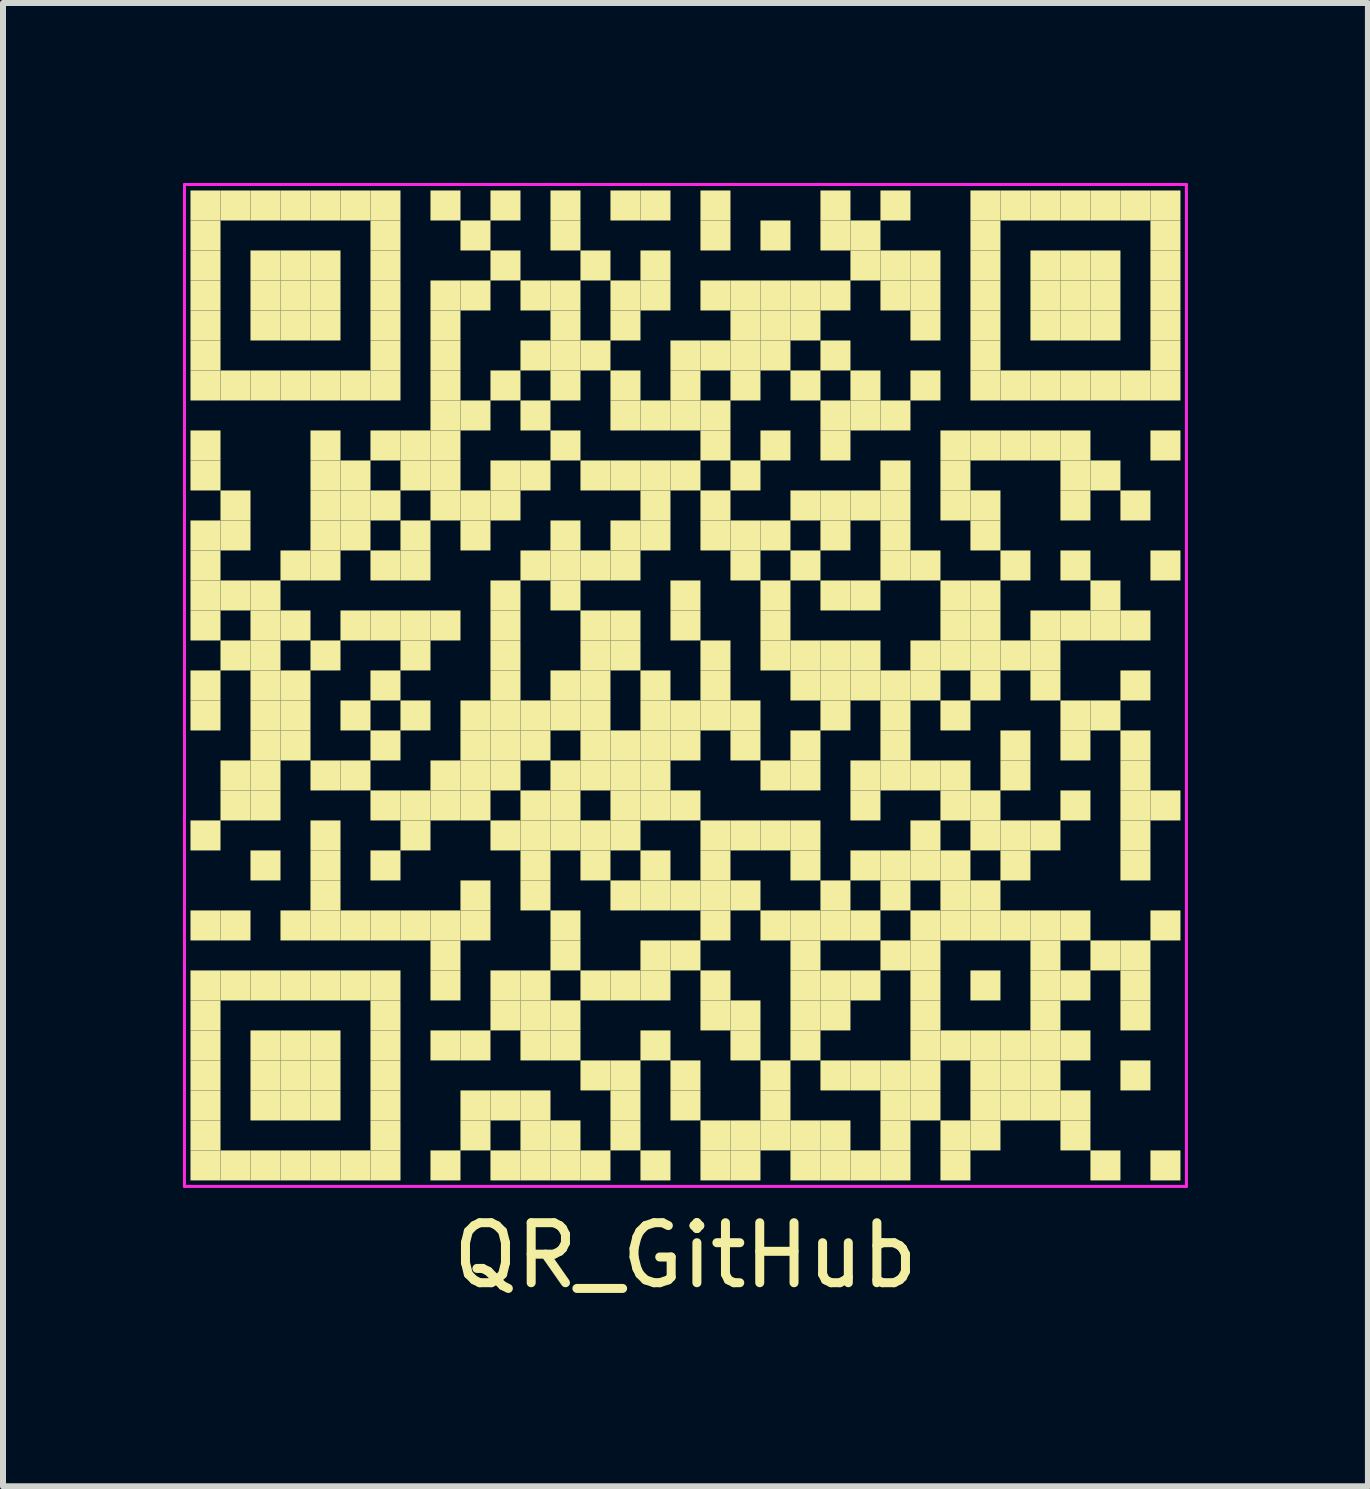
<source format=kicad_pcb>
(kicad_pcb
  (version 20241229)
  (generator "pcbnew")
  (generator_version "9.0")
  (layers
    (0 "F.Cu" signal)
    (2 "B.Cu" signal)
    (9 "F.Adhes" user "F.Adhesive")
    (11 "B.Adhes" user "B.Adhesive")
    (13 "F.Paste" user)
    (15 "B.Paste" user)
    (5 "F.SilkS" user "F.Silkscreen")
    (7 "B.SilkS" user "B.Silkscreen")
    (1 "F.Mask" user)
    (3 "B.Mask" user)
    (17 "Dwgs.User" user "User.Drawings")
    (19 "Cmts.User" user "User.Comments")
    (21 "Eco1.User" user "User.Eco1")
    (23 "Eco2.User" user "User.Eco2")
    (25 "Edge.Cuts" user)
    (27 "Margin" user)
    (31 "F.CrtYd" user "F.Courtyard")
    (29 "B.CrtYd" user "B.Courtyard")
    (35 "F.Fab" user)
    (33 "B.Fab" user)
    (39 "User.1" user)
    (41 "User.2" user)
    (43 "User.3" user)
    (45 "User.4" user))
  (footprint "QR_GitHub"
    (layer "F.Cu")
    (at 8.375 8.375)
    (property "Reference" "QR_GitHub" (at 0 9.5 0) (layer "F.SilkS") (effects (font (size 1 1) (thickness 0.15))))
    (attr through_hole)
    (fp_poly (pts (xy -7.75 -7.75) (xy -7.75 -8.25) (xy -8.25 -8.25) (xy -8.25 -7.75)) (stroke (width 0) (type solid)) (fill yes) (layer "F.SilkS"))
    (fp_poly (pts (xy -7.75 -7.25) (xy -7.75 -7.75) (xy -8.25 -7.75) (xy -8.25 -7.25)) (stroke (width 0) (type solid)) (fill yes) (layer "F.SilkS"))
    (fp_poly (pts (xy -7.75 -6.75) (xy -7.75 -7.25) (xy -8.25 -7.25) (xy -8.25 -6.75)) (stroke (width 0) (type solid)) (fill yes) (layer "F.SilkS"))
    (fp_poly (pts (xy -7.75 -6.25) (xy -7.75 -6.75) (xy -8.25 -6.75) (xy -8.25 -6.25)) (stroke (width 0) (type solid)) (fill yes) (layer "F.SilkS"))
    (fp_poly (pts (xy -7.75 -5.75) (xy -7.75 -6.25) (xy -8.25 -6.25) (xy -8.25 -5.75)) (stroke (width 0) (type solid)) (fill yes) (layer "F.SilkS"))
    (fp_poly (pts (xy -7.75 -5.25) (xy -7.75 -5.75) (xy -8.25 -5.75) (xy -8.25 -5.25)) (stroke (width 0) (type solid)) (fill yes) (layer "F.SilkS"))
    (fp_poly (pts (xy -7.75 -4.75) (xy -7.75 -5.25) (xy -8.25 -5.25) (xy -8.25 -4.75)) (stroke (width 0) (type solid)) (fill yes) (layer "F.SilkS"))
    (fp_poly (pts (xy -7.75 -3.75) (xy -7.75 -4.25) (xy -8.25 -4.25) (xy -8.25 -3.75)) (stroke (width 0) (type solid)) (fill yes) (layer "F.SilkS"))
    (fp_poly (pts (xy -7.75 -3.25) (xy -7.75 -3.75) (xy -8.25 -3.75) (xy -8.25 -3.25)) (stroke (width 0) (type solid)) (fill yes) (layer "F.SilkS"))
    (fp_poly (pts (xy -7.75 -2.25) (xy -7.75 -2.75) (xy -8.25 -2.75) (xy -8.25 -2.25)) (stroke (width 0) (type solid)) (fill yes) (layer "F.SilkS"))
    (fp_poly (pts (xy -7.75 -1.75) (xy -7.75 -2.25) (xy -8.25 -2.25) (xy -8.25 -1.75)) (stroke (width 0) (type solid)) (fill yes) (layer "F.SilkS"))
    (fp_poly (pts (xy -7.75 -1.25) (xy -7.75 -1.75) (xy -8.25 -1.75) (xy -8.25 -1.25)) (stroke (width 0) (type solid)) (fill yes) (layer "F.SilkS"))
    (fp_poly (pts (xy -7.75 -0.75) (xy -7.75 -1.25) (xy -8.25 -1.25) (xy -8.25 -0.75)) (stroke (width 0) (type solid)) (fill yes) (layer "F.SilkS"))
    (fp_poly (pts (xy -7.75 0.25) (xy -7.75 -0.25) (xy -8.25 -0.25) (xy -8.25 0.25)) (stroke (width 0) (type solid)) (fill yes) (layer "F.SilkS"))
    (fp_poly (pts (xy -7.75 0.75) (xy -7.75 0.25) (xy -8.25 0.25) (xy -8.25 0.75)) (stroke (width 0) (type solid)) (fill yes) (layer "F.SilkS"))
    (fp_poly (pts (xy -7.75 2.75) (xy -7.75 2.25) (xy -8.25 2.25) (xy -8.25 2.75)) (stroke (width 0) (type solid)) (fill yes) (layer "F.SilkS"))
    (fp_poly (pts (xy -7.75 4.25) (xy -7.75 3.75) (xy -8.25 3.75) (xy -8.25 4.25)) (stroke (width 0) (type solid)) (fill yes) (layer "F.SilkS"))
    (fp_poly (pts (xy -7.75 5.25) (xy -7.75 4.75) (xy -8.25 4.75) (xy -8.25 5.25)) (stroke (width 0) (type solid)) (fill yes) (layer "F.SilkS"))
    (fp_poly (pts (xy -7.75 5.75) (xy -7.75 5.25) (xy -8.25 5.25) (xy -8.25 5.75)) (stroke (width 0) (type solid)) (fill yes) (layer "F.SilkS"))
    (fp_poly (pts (xy -7.75 6.25) (xy -7.75 5.75) (xy -8.25 5.75) (xy -8.25 6.25)) (stroke (width 0) (type solid)) (fill yes) (layer "F.SilkS"))
    (fp_poly (pts (xy -7.75 6.75) (xy -7.75 6.25) (xy -8.25 6.25) (xy -8.25 6.75)) (stroke (width 0) (type solid)) (fill yes) (layer "F.SilkS"))
    (fp_poly (pts (xy -7.75 7.25) (xy -7.75 6.75) (xy -8.25 6.75) (xy -8.25 7.25)) (stroke (width 0) (type solid)) (fill yes) (layer "F.SilkS"))
    (fp_poly (pts (xy -7.75 7.75) (xy -7.75 7.25) (xy -8.25 7.25) (xy -8.25 7.75)) (stroke (width 0) (type solid)) (fill yes) (layer "F.SilkS"))
    (fp_poly (pts (xy -7.75 8.25) (xy -7.75 7.75) (xy -8.25 7.75) (xy -8.25 8.25)) (stroke (width 0) (type solid)) (fill yes) (layer "F.SilkS"))
    (fp_poly (pts (xy -7.25 -7.75) (xy -7.25 -8.25) (xy -7.75 -8.25) (xy -7.75 -7.75)) (stroke (width 0) (type solid)) (fill yes) (layer "F.SilkS"))
    (fp_poly (pts (xy -7.25 -4.75) (xy -7.25 -5.25) (xy -7.75 -5.25) (xy -7.75 -4.75)) (stroke (width 0) (type solid)) (fill yes) (layer "F.SilkS"))
    (fp_poly (pts (xy -7.25 -2.75) (xy -7.25 -3.25) (xy -7.75 -3.25) (xy -7.75 -2.75)) (stroke (width 0) (type solid)) (fill yes) (layer "F.SilkS"))
    (fp_poly (pts (xy -7.25 -2.25) (xy -7.25 -2.75) (xy -7.75 -2.75) (xy -7.75 -2.25)) (stroke (width 0) (type solid)) (fill yes) (layer "F.SilkS"))
    (fp_poly (pts (xy -7.25 -1.25) (xy -7.25 -1.75) (xy -7.75 -1.75) (xy -7.75 -1.25)) (stroke (width 0) (type solid)) (fill yes) (layer "F.SilkS"))
    (fp_poly (pts (xy -7.25 -0.25) (xy -7.25 -0.75) (xy -7.75 -0.75) (xy -7.75 -0.25)) (stroke (width 0) (type solid)) (fill yes) (layer "F.SilkS"))
    (fp_poly (pts (xy -7.25 1.75) (xy -7.25 1.25) (xy -7.75 1.25) (xy -7.75 1.75)) (stroke (width 0) (type solid)) (fill yes) (layer "F.SilkS"))
    (fp_poly (pts (xy -7.25 2.25) (xy -7.25 1.75) (xy -7.75 1.75) (xy -7.75 2.25)) (stroke (width 0) (type solid)) (fill yes) (layer "F.SilkS"))
    (fp_poly (pts (xy -7.25 4.25) (xy -7.25 3.75) (xy -7.75 3.75) (xy -7.75 4.25)) (stroke (width 0) (type solid)) (fill yes) (layer "F.SilkS"))
    (fp_poly (pts (xy -7.25 5.25) (xy -7.25 4.75) (xy -7.75 4.75) (xy -7.75 5.25)) (stroke (width 0) (type solid)) (fill yes) (layer "F.SilkS"))
    (fp_poly (pts (xy -7.25 8.25) (xy -7.25 7.75) (xy -7.75 7.75) (xy -7.75 8.25)) (stroke (width 0) (type solid)) (fill yes) (layer "F.SilkS"))
    (fp_poly (pts (xy -6.75 -7.75) (xy -6.75 -8.25) (xy -7.25 -8.25) (xy -7.25 -7.75)) (stroke (width 0) (type solid)) (fill yes) (layer "F.SilkS"))
    (fp_poly (pts (xy -6.75 -6.75) (xy -6.75 -7.25) (xy -7.25 -7.25) (xy -7.25 -6.75)) (stroke (width 0) (type solid)) (fill yes) (layer "F.SilkS"))
    (fp_poly (pts (xy -6.75 -6.25) (xy -6.75 -6.75) (xy -7.25 -6.75) (xy -7.25 -6.25)) (stroke (width 0) (type solid)) (fill yes) (layer "F.SilkS"))
    (fp_poly (pts (xy -6.75 -5.75) (xy -6.75 -6.25) (xy -7.25 -6.25) (xy -7.25 -5.75)) (stroke (width 0) (type solid)) (fill yes) (layer "F.SilkS"))
    (fp_poly (pts (xy -6.75 -4.75) (xy -6.75 -5.25) (xy -7.25 -5.25) (xy -7.25 -4.75)) (stroke (width 0) (type solid)) (fill yes) (layer "F.SilkS"))
    (fp_poly (pts (xy -6.75 -1.25) (xy -6.75 -1.75) (xy -7.25 -1.75) (xy -7.25 -1.25)) (stroke (width 0) (type solid)) (fill yes) (layer "F.SilkS"))
    (fp_poly (pts (xy -6.75 -0.75) (xy -6.75 -1.25) (xy -7.25 -1.25) (xy -7.25 -0.75)) (stroke (width 0) (type solid)) (fill yes) (layer "F.SilkS"))
    (fp_poly (pts (xy -6.75 -0.25) (xy -6.75 -0.75) (xy -7.25 -0.75) (xy -7.25 -0.25)) (stroke (width 0) (type solid)) (fill yes) (layer "F.SilkS"))
    (fp_poly (pts (xy -6.75 0.25) (xy -6.75 -0.25) (xy -7.25 -0.25) (xy -7.25 0.25)) (stroke (width 0) (type solid)) (fill yes) (layer "F.SilkS"))
    (fp_poly (pts (xy -6.75 0.75) (xy -6.75 0.25) (xy -7.25 0.25) (xy -7.25 0.75)) (stroke (width 0) (type solid)) (fill yes) (layer "F.SilkS"))
    (fp_poly (pts (xy -6.75 1.25) (xy -6.75 0.75) (xy -7.25 0.75) (xy -7.25 1.25)) (stroke (width 0) (type solid)) (fill yes) (layer "F.SilkS"))
    (fp_poly (pts (xy -6.75 1.75) (xy -6.75 1.25) (xy -7.25 1.25) (xy -7.25 1.75)) (stroke (width 0) (type solid)) (fill yes) (layer "F.SilkS"))
    (fp_poly (pts (xy -6.75 2.25) (xy -6.75 1.75) (xy -7.25 1.75) (xy -7.25 2.25)) (stroke (width 0) (type solid)) (fill yes) (layer "F.SilkS"))
    (fp_poly (pts (xy -6.75 3.25) (xy -6.75 2.75) (xy -7.25 2.75) (xy -7.25 3.25)) (stroke (width 0) (type solid)) (fill yes) (layer "F.SilkS"))
    (fp_poly (pts (xy -6.75 5.25) (xy -6.75 4.75) (xy -7.25 4.75) (xy -7.25 5.25)) (stroke (width 0) (type solid)) (fill yes) (layer "F.SilkS"))
    (fp_poly (pts (xy -6.75 6.25) (xy -6.75 5.75) (xy -7.25 5.75) (xy -7.25 6.25)) (stroke (width 0) (type solid)) (fill yes) (layer "F.SilkS"))
    (fp_poly (pts (xy -6.75 6.75) (xy -6.75 6.25) (xy -7.25 6.25) (xy -7.25 6.75)) (stroke (width 0) (type solid)) (fill yes) (layer "F.SilkS"))
    (fp_poly (pts (xy -6.75 7.25) (xy -6.75 6.75) (xy -7.25 6.75) (xy -7.25 7.25)) (stroke (width 0) (type solid)) (fill yes) (layer "F.SilkS"))
    (fp_poly (pts (xy -6.75 8.25) (xy -6.75 7.75) (xy -7.25 7.75) (xy -7.25 8.25)) (stroke (width 0) (type solid)) (fill yes) (layer "F.SilkS"))
    (fp_poly (pts (xy -6.25 -7.75) (xy -6.25 -8.25) (xy -6.75 -8.25) (xy -6.75 -7.75)) (stroke (width 0) (type solid)) (fill yes) (layer "F.SilkS"))
    (fp_poly (pts (xy -6.25 -6.75) (xy -6.25 -7.25) (xy -6.75 -7.25) (xy -6.75 -6.75)) (stroke (width 0) (type solid)) (fill yes) (layer "F.SilkS"))
    (fp_poly (pts (xy -6.25 -6.25) (xy -6.25 -6.75) (xy -6.75 -6.75) (xy -6.75 -6.25)) (stroke (width 0) (type solid)) (fill yes) (layer "F.SilkS"))
    (fp_poly (pts (xy -6.25 -5.75) (xy -6.25 -6.25) (xy -6.75 -6.25) (xy -6.75 -5.75)) (stroke (width 0) (type solid)) (fill yes) (layer "F.SilkS"))
    (fp_poly (pts (xy -6.25 -4.75) (xy -6.25 -5.25) (xy -6.75 -5.25) (xy -6.75 -4.75)) (stroke (width 0) (type solid)) (fill yes) (layer "F.SilkS"))
    (fp_poly (pts (xy -6.25 -1.75) (xy -6.25 -2.25) (xy -6.75 -2.25) (xy -6.75 -1.75)) (stroke (width 0) (type solid)) (fill yes) (layer "F.SilkS"))
    (fp_poly (pts (xy -6.25 -0.75) (xy -6.25 -1.25) (xy -6.75 -1.25) (xy -6.75 -0.75)) (stroke (width 0) (type solid)) (fill yes) (layer "F.SilkS"))
    (fp_poly (pts (xy -6.25 0.25) (xy -6.25 -0.25) (xy -6.75 -0.25) (xy -6.75 0.25)) (stroke (width 0) (type solid)) (fill yes) (layer "F.SilkS"))
    (fp_poly (pts (xy -6.25 0.75) (xy -6.25 0.25) (xy -6.75 0.25) (xy -6.75 0.75)) (stroke (width 0) (type solid)) (fill yes) (layer "F.SilkS"))
    (fp_poly (pts (xy -6.25 1.25) (xy -6.25 0.75) (xy -6.75 0.75) (xy -6.75 1.25)) (stroke (width 0) (type solid)) (fill yes) (layer "F.SilkS"))
    (fp_poly (pts (xy -6.25 4.25) (xy -6.25 3.75) (xy -6.75 3.75) (xy -6.75 4.25)) (stroke (width 0) (type solid)) (fill yes) (layer "F.SilkS"))
    (fp_poly (pts (xy -6.25 5.25) (xy -6.25 4.75) (xy -6.75 4.75) (xy -6.75 5.25)) (stroke (width 0) (type solid)) (fill yes) (layer "F.SilkS"))
    (fp_poly (pts (xy -6.25 6.25) (xy -6.25 5.75) (xy -6.75 5.75) (xy -6.75 6.25)) (stroke (width 0) (type solid)) (fill yes) (layer "F.SilkS"))
    (fp_poly (pts (xy -6.25 6.75) (xy -6.25 6.25) (xy -6.75 6.25) (xy -6.75 6.75)) (stroke (width 0) (type solid)) (fill yes) (layer "F.SilkS"))
    (fp_poly (pts (xy -6.25 7.25) (xy -6.25 6.75) (xy -6.75 6.75) (xy -6.75 7.25)) (stroke (width 0) (type solid)) (fill yes) (layer "F.SilkS"))
    (fp_poly (pts (xy -6.25 8.25) (xy -6.25 7.75) (xy -6.75 7.75) (xy -6.75 8.25)) (stroke (width 0) (type solid)) (fill yes) (layer "F.SilkS"))
    (fp_poly (pts (xy -5.75 -7.75) (xy -5.75 -8.25) (xy -6.25 -8.25) (xy -6.25 -7.75)) (stroke (width 0) (type solid)) (fill yes) (layer "F.SilkS"))
    (fp_poly (pts (xy -5.75 -6.75) (xy -5.75 -7.25) (xy -6.25 -7.25) (xy -6.25 -6.75)) (stroke (width 0) (type solid)) (fill yes) (layer "F.SilkS"))
    (fp_poly (pts (xy -5.75 -6.25) (xy -5.75 -6.75) (xy -6.25 -6.75) (xy -6.25 -6.25)) (stroke (width 0) (type solid)) (fill yes) (layer "F.SilkS"))
    (fp_poly (pts (xy -5.75 -5.75) (xy -5.75 -6.25) (xy -6.25 -6.25) (xy -6.25 -5.75)) (stroke (width 0) (type solid)) (fill yes) (layer "F.SilkS"))
    (fp_poly (pts (xy -5.75 -4.75) (xy -5.75 -5.25) (xy -6.25 -5.25) (xy -6.25 -4.75)) (stroke (width 0) (type solid)) (fill yes) (layer "F.SilkS"))
    (fp_poly (pts (xy -5.75 -3.75) (xy -5.75 -4.25) (xy -6.25 -4.25) (xy -6.25 -3.75)) (stroke (width 0) (type solid)) (fill yes) (layer "F.SilkS"))
    (fp_poly (pts (xy -5.75 -3.25) (xy -5.75 -3.75) (xy -6.25 -3.75) (xy -6.25 -3.25)) (stroke (width 0) (type solid)) (fill yes) (layer "F.SilkS"))
    (fp_poly (pts (xy -5.75 -2.75) (xy -5.75 -3.25) (xy -6.25 -3.25) (xy -6.25 -2.75)) (stroke (width 0) (type solid)) (fill yes) (layer "F.SilkS"))
    (fp_poly (pts (xy -5.75 -2.25) (xy -5.75 -2.75) (xy -6.25 -2.75) (xy -6.25 -2.25)) (stroke (width 0) (type solid)) (fill yes) (layer "F.SilkS"))
    (fp_poly (pts (xy -5.75 -1.75) (xy -5.75 -2.25) (xy -6.25 -2.25) (xy -6.25 -1.75)) (stroke (width 0) (type solid)) (fill yes) (layer "F.SilkS"))
    (fp_poly (pts (xy -5.75 -0.25) (xy -5.75 -0.75) (xy -6.25 -0.75) (xy -6.25 -0.25)) (stroke (width 0) (type solid)) (fill yes) (layer "F.SilkS"))
    (fp_poly (pts (xy -5.75 1.75) (xy -5.75 1.25) (xy -6.25 1.25) (xy -6.25 1.75)) (stroke (width 0) (type solid)) (fill yes) (layer "F.SilkS"))
    (fp_poly (pts (xy -5.75 2.75) (xy -5.75 2.25) (xy -6.25 2.25) (xy -6.25 2.75)) (stroke (width 0) (type solid)) (fill yes) (layer "F.SilkS"))
    (fp_poly (pts (xy -5.75 3.25) (xy -5.75 2.75) (xy -6.25 2.75) (xy -6.25 3.25)) (stroke (width 0) (type solid)) (fill yes) (layer "F.SilkS"))
    (fp_poly (pts (xy -5.75 3.75) (xy -5.75 3.25) (xy -6.25 3.25) (xy -6.25 3.75)) (stroke (width 0) (type solid)) (fill yes) (layer "F.SilkS"))
    (fp_poly (pts (xy -5.75 4.25) (xy -5.75 3.75) (xy -6.25 3.75) (xy -6.25 4.25)) (stroke (width 0) (type solid)) (fill yes) (layer "F.SilkS"))
    (fp_poly (pts (xy -5.75 5.25) (xy -5.75 4.75) (xy -6.25 4.75) (xy -6.25 5.25)) (stroke (width 0) (type solid)) (fill yes) (layer "F.SilkS"))
    (fp_poly (pts (xy -5.75 6.25) (xy -5.75 5.75) (xy -6.25 5.75) (xy -6.25 6.25)) (stroke (width 0) (type solid)) (fill yes) (layer "F.SilkS"))
    (fp_poly (pts (xy -5.75 6.75) (xy -5.75 6.25) (xy -6.25 6.25) (xy -6.25 6.75)) (stroke (width 0) (type solid)) (fill yes) (layer "F.SilkS"))
    (fp_poly (pts (xy -5.75 7.25) (xy -5.75 6.75) (xy -6.25 6.75) (xy -6.25 7.25)) (stroke (width 0) (type solid)) (fill yes) (layer "F.SilkS"))
    (fp_poly (pts (xy -5.75 8.25) (xy -5.75 7.75) (xy -6.25 7.75) (xy -6.25 8.25)) (stroke (width 0) (type solid)) (fill yes) (layer "F.SilkS"))
    (fp_poly (pts (xy -5.25 -7.75) (xy -5.25 -8.25) (xy -5.75 -8.25) (xy -5.75 -7.75)) (stroke (width 0) (type solid)) (fill yes) (layer "F.SilkS"))
    (fp_poly (pts (xy -5.25 -4.75) (xy -5.25 -5.25) (xy -5.75 -5.25) (xy -5.75 -4.75)) (stroke (width 0) (type solid)) (fill yes) (layer "F.SilkS"))
    (fp_poly (pts (xy -5.25 -3.25) (xy -5.25 -3.75) (xy -5.75 -3.75) (xy -5.75 -3.25)) (stroke (width 0) (type solid)) (fill yes) (layer "F.SilkS"))
    (fp_poly (pts (xy -5.25 -2.75) (xy -5.25 -3.25) (xy -5.75 -3.25) (xy -5.75 -2.75)) (stroke (width 0) (type solid)) (fill yes) (layer "F.SilkS"))
    (fp_poly (pts (xy -5.25 -2.25) (xy -5.25 -2.75) (xy -5.75 -2.75) (xy -5.75 -2.25)) (stroke (width 0) (type solid)) (fill yes) (layer "F.SilkS"))
    (fp_poly (pts (xy -5.25 -0.75) (xy -5.25 -1.25) (xy -5.75 -1.25) (xy -5.75 -0.75)) (stroke (width 0) (type solid)) (fill yes) (layer "F.SilkS"))
    (fp_poly (pts (xy -5.25 0.75) (xy -5.25 0.25) (xy -5.75 0.25) (xy -5.75 0.75)) (stroke (width 0) (type solid)) (fill yes) (layer "F.SilkS"))
    (fp_poly (pts (xy -5.25 1.75) (xy -5.25 1.25) (xy -5.75 1.25) (xy -5.75 1.75)) (stroke (width 0) (type solid)) (fill yes) (layer "F.SilkS"))
    (fp_poly (pts (xy -5.25 4.25) (xy -5.25 3.75) (xy -5.75 3.75) (xy -5.75 4.25)) (stroke (width 0) (type solid)) (fill yes) (layer "F.SilkS"))
    (fp_poly (pts (xy -5.25 5.25) (xy -5.25 4.75) (xy -5.75 4.75) (xy -5.75 5.25)) (stroke (width 0) (type solid)) (fill yes) (layer "F.SilkS"))
    (fp_poly (pts (xy -5.25 8.25) (xy -5.25 7.75) (xy -5.75 7.75) (xy -5.75 8.25)) (stroke (width 0) (type solid)) (fill yes) (layer "F.SilkS"))
    (fp_poly (pts (xy -4.75 -7.75) (xy -4.75 -8.25) (xy -5.25 -8.25) (xy -5.25 -7.75)) (stroke (width 0) (type solid)) (fill yes) (layer "F.SilkS"))
    (fp_poly (pts (xy -4.75 -7.25) (xy -4.75 -7.75) (xy -5.25 -7.75) (xy -5.25 -7.25)) (stroke (width 0) (type solid)) (fill yes) (layer "F.SilkS"))
    (fp_poly (pts (xy -4.75 -6.75) (xy -4.75 -7.25) (xy -5.25 -7.25) (xy -5.25 -6.75)) (stroke (width 0) (type solid)) (fill yes) (layer "F.SilkS"))
    (fp_poly (pts (xy -4.75 -6.25) (xy -4.75 -6.75) (xy -5.25 -6.75) (xy -5.25 -6.25)) (stroke (width 0) (type solid)) (fill yes) (layer "F.SilkS"))
    (fp_poly (pts (xy -4.75 -5.75) (xy -4.75 -6.25) (xy -5.25 -6.25) (xy -5.25 -5.75)) (stroke (width 0) (type solid)) (fill yes) (layer "F.SilkS"))
    (fp_poly (pts (xy -4.75 -5.25) (xy -4.75 -5.75) (xy -5.25 -5.75) (xy -5.25 -5.25)) (stroke (width 0) (type solid)) (fill yes) (layer "F.SilkS"))
    (fp_poly (pts (xy -4.75 -4.75) (xy -4.75 -5.25) (xy -5.25 -5.25) (xy -5.25 -4.75)) (stroke (width 0) (type solid)) (fill yes) (layer "F.SilkS"))
    (fp_poly (pts (xy -4.75 -3.75) (xy -4.75 -4.25) (xy -5.25 -4.25) (xy -5.25 -3.75)) (stroke (width 0) (type solid)) (fill yes) (layer "F.SilkS"))
    (fp_poly (pts (xy -4.75 -2.75) (xy -4.75 -3.25) (xy -5.25 -3.25) (xy -5.25 -2.75)) (stroke (width 0) (type solid)) (fill yes) (layer "F.SilkS"))
    (fp_poly (pts (xy -4.75 -1.75) (xy -4.75 -2.25) (xy -5.25 -2.25) (xy -5.25 -1.75)) (stroke (width 0) (type solid)) (fill yes) (layer "F.SilkS"))
    (fp_poly (pts (xy -4.75 -0.75) (xy -4.75 -1.25) (xy -5.25 -1.25) (xy -5.25 -0.75)) (stroke (width 0) (type solid)) (fill yes) (layer "F.SilkS"))
    (fp_poly (pts (xy -4.75 0.25) (xy -4.75 -0.25) (xy -5.25 -0.25) (xy -5.25 0.25)) (stroke (width 0) (type solid)) (fill yes) (layer "F.SilkS"))
    (fp_poly (pts (xy -4.75 1.25) (xy -4.75 0.75) (xy -5.25 0.75) (xy -5.25 1.25)) (stroke (width 0) (type solid)) (fill yes) (layer "F.SilkS"))
    (fp_poly (pts (xy -4.75 2.25) (xy -4.75 1.75) (xy -5.25 1.75) (xy -5.25 2.25)) (stroke (width 0) (type solid)) (fill yes) (layer "F.SilkS"))
    (fp_poly (pts (xy -4.75 3.25) (xy -4.75 2.75) (xy -5.25 2.75) (xy -5.25 3.25)) (stroke (width 0) (type solid)) (fill yes) (layer "F.SilkS"))
    (fp_poly (pts (xy -4.75 4.25) (xy -4.75 3.75) (xy -5.25 3.75) (xy -5.25 4.25)) (stroke (width 0) (type solid)) (fill yes) (layer "F.SilkS"))
    (fp_poly (pts (xy -4.75 5.25) (xy -4.75 4.75) (xy -5.25 4.75) (xy -5.25 5.25)) (stroke (width 0) (type solid)) (fill yes) (layer "F.SilkS"))
    (fp_poly (pts (xy -4.75 5.75) (xy -4.75 5.25) (xy -5.25 5.25) (xy -5.25 5.75)) (stroke (width 0) (type solid)) (fill yes) (layer "F.SilkS"))
    (fp_poly (pts (xy -4.75 6.25) (xy -4.75 5.75) (xy -5.25 5.75) (xy -5.25 6.25)) (stroke (width 0) (type solid)) (fill yes) (layer "F.SilkS"))
    (fp_poly (pts (xy -4.75 6.75) (xy -4.75 6.25) (xy -5.25 6.25) (xy -5.25 6.75)) (stroke (width 0) (type solid)) (fill yes) (layer "F.SilkS"))
    (fp_poly (pts (xy -4.75 7.25) (xy -4.75 6.75) (xy -5.25 6.75) (xy -5.25 7.25)) (stroke (width 0) (type solid)) (fill yes) (layer "F.SilkS"))
    (fp_poly (pts (xy -4.75 7.75) (xy -4.75 7.25) (xy -5.25 7.25) (xy -5.25 7.75)) (stroke (width 0) (type solid)) (fill yes) (layer "F.SilkS"))
    (fp_poly (pts (xy -4.75 8.25) (xy -4.75 7.75) (xy -5.25 7.75) (xy -5.25 8.25)) (stroke (width 0) (type solid)) (fill yes) (layer "F.SilkS"))
    (fp_poly (pts (xy -4.25 -3.75) (xy -4.25 -4.25) (xy -4.75 -4.25) (xy -4.75 -3.75)) (stroke (width 0) (type solid)) (fill yes) (layer "F.SilkS"))
    (fp_poly (pts (xy -4.25 -3.25) (xy -4.25 -3.75) (xy -4.75 -3.75) (xy -4.75 -3.25)) (stroke (width 0) (type solid)) (fill yes) (layer "F.SilkS"))
    (fp_poly (pts (xy -4.25 -2.25) (xy -4.25 -2.75) (xy -4.75 -2.75) (xy -4.75 -2.25)) (stroke (width 0) (type solid)) (fill yes) (layer "F.SilkS"))
    (fp_poly (pts (xy -4.25 -1.75) (xy -4.25 -2.25) (xy -4.75 -2.25) (xy -4.75 -1.75)) (stroke (width 0) (type solid)) (fill yes) (layer "F.SilkS"))
    (fp_poly (pts (xy -4.25 -0.75) (xy -4.25 -1.25) (xy -4.75 -1.25) (xy -4.75 -0.75)) (stroke (width 0) (type solid)) (fill yes) (layer "F.SilkS"))
    (fp_poly (pts (xy -4.25 -0.25) (xy -4.25 -0.75) (xy -4.75 -0.75) (xy -4.75 -0.25)) (stroke (width 0) (type solid)) (fill yes) (layer "F.SilkS"))
    (fp_poly (pts (xy -4.25 0.75) (xy -4.25 0.25) (xy -4.75 0.25) (xy -4.75 0.75)) (stroke (width 0) (type solid)) (fill yes) (layer "F.SilkS"))
    (fp_poly (pts (xy -4.25 2.25) (xy -4.25 1.75) (xy -4.75 1.75) (xy -4.75 2.25)) (stroke (width 0) (type solid)) (fill yes) (layer "F.SilkS"))
    (fp_poly (pts (xy -4.25 2.75) (xy -4.25 2.25) (xy -4.75 2.25) (xy -4.75 2.75)) (stroke (width 0) (type solid)) (fill yes) (layer "F.SilkS"))
    (fp_poly (pts (xy -4.25 4.25) (xy -4.25 3.75) (xy -4.75 3.75) (xy -4.75 4.25)) (stroke (width 0) (type solid)) (fill yes) (layer "F.SilkS"))
    (fp_poly (pts (xy -3.75 -7.75) (xy -3.75 -8.25) (xy -4.25 -8.25) (xy -4.25 -7.75)) (stroke (width 0) (type solid)) (fill yes) (layer "F.SilkS"))
    (fp_poly (pts (xy -3.75 -6.25) (xy -3.75 -6.75) (xy -4.25 -6.75) (xy -4.25 -6.25)) (stroke (width 0) (type solid)) (fill yes) (layer "F.SilkS"))
    (fp_poly (pts (xy -3.75 -5.75) (xy -3.75 -6.25) (xy -4.25 -6.25) (xy -4.25 -5.75)) (stroke (width 0) (type solid)) (fill yes) (layer "F.SilkS"))
    (fp_poly (pts (xy -3.75 -5.25) (xy -3.75 -5.75) (xy -4.25 -5.75) (xy -4.25 -5.25)) (stroke (width 0) (type solid)) (fill yes) (layer "F.SilkS"))
    (fp_poly (pts (xy -3.75 -4.75) (xy -3.75 -5.25) (xy -4.25 -5.25) (xy -4.25 -4.75)) (stroke (width 0) (type solid)) (fill yes) (layer "F.SilkS"))
    (fp_poly (pts (xy -3.75 -4.25) (xy -3.75 -4.75) (xy -4.25 -4.75) (xy -4.25 -4.25)) (stroke (width 0) (type solid)) (fill yes) (layer "F.SilkS"))
    (fp_poly (pts (xy -3.75 -3.75) (xy -3.75 -4.25) (xy -4.25 -4.25) (xy -4.25 -3.75)) (stroke (width 0) (type solid)) (fill yes) (layer "F.SilkS"))
    (fp_poly (pts (xy -3.75 -3.25) (xy -3.75 -3.75) (xy -4.25 -3.75) (xy -4.25 -3.25)) (stroke (width 0) (type solid)) (fill yes) (layer "F.SilkS"))
    (fp_poly (pts (xy -3.75 -2.75) (xy -3.75 -3.25) (xy -4.25 -3.25) (xy -4.25 -2.75)) (stroke (width 0) (type solid)) (fill yes) (layer "F.SilkS"))
    (fp_poly (pts (xy -3.75 -0.75) (xy -3.75 -1.25) (xy -4.25 -1.25) (xy -4.25 -0.75)) (stroke (width 0) (type solid)) (fill yes) (layer "F.SilkS"))
    (fp_poly (pts (xy -3.75 1.75) (xy -3.75 1.25) (xy -4.25 1.25) (xy -4.25 1.75)) (stroke (width 0) (type solid)) (fill yes) (layer "F.SilkS"))
    (fp_poly (pts (xy -3.75 2.25) (xy -3.75 1.75) (xy -4.25 1.75) (xy -4.25 2.25)) (stroke (width 0) (type solid)) (fill yes) (layer "F.SilkS"))
    (fp_poly (pts (xy -3.75 4.25) (xy -3.75 3.75) (xy -4.25 3.75) (xy -4.25 4.25)) (stroke (width 0) (type solid)) (fill yes) (layer "F.SilkS"))
    (fp_poly (pts (xy -3.75 4.75) (xy -3.75 4.25) (xy -4.25 4.25) (xy -4.25 4.75)) (stroke (width 0) (type solid)) (fill yes) (layer "F.SilkS"))
    (fp_poly (pts (xy -3.75 5.25) (xy -3.75 4.75) (xy -4.25 4.75) (xy -4.25 5.25)) (stroke (width 0) (type solid)) (fill yes) (layer "F.SilkS"))
    (fp_poly (pts (xy -3.75 6.25) (xy -3.75 5.75) (xy -4.25 5.75) (xy -4.25 6.25)) (stroke (width 0) (type solid)) (fill yes) (layer "F.SilkS"))
    (fp_poly (pts (xy -3.75 8.25) (xy -3.75 7.75) (xy -4.25 7.75) (xy -4.25 8.25)) (stroke (width 0) (type solid)) (fill yes) (layer "F.SilkS"))
    (fp_poly (pts (xy -3.25 -7.25) (xy -3.25 -7.75) (xy -3.75 -7.75) (xy -3.75 -7.25)) (stroke (width 0) (type solid)) (fill yes) (layer "F.SilkS"))
    (fp_poly (pts (xy -3.25 -6.25) (xy -3.25 -6.75) (xy -3.75 -6.75) (xy -3.75 -6.25)) (stroke (width 0) (type solid)) (fill yes) (layer "F.SilkS"))
    (fp_poly (pts (xy -3.25 -4.25) (xy -3.25 -4.75) (xy -3.75 -4.75) (xy -3.75 -4.25)) (stroke (width 0) (type solid)) (fill yes) (layer "F.SilkS"))
    (fp_poly (pts (xy -3.25 -2.75) (xy -3.25 -3.25) (xy -3.75 -3.25) (xy -3.75 -2.75)) (stroke (width 0) (type solid)) (fill yes) (layer "F.SilkS"))
    (fp_poly (pts (xy -3.25 -2.25) (xy -3.25 -2.75) (xy -3.75 -2.75) (xy -3.75 -2.25)) (stroke (width 0) (type solid)) (fill yes) (layer "F.SilkS"))
    (fp_poly (pts (xy -3.25 0.75) (xy -3.25 0.25) (xy -3.75 0.25) (xy -3.75 0.75)) (stroke (width 0) (type solid)) (fill yes) (layer "F.SilkS"))
    (fp_poly (pts (xy -3.25 1.25) (xy -3.25 0.75) (xy -3.75 0.75) (xy -3.75 1.25)) (stroke (width 0) (type solid)) (fill yes) (layer "F.SilkS"))
    (fp_poly (pts (xy -3.25 1.75) (xy -3.25 1.25) (xy -3.75 1.25) (xy -3.75 1.75)) (stroke (width 0) (type solid)) (fill yes) (layer "F.SilkS"))
    (fp_poly (pts (xy -3.25 2.25) (xy -3.25 1.75) (xy -3.75 1.75) (xy -3.75 2.25)) (stroke (width 0) (type solid)) (fill yes) (layer "F.SilkS"))
    (fp_poly (pts (xy -3.25 3.75) (xy -3.25 3.25) (xy -3.75 3.25) (xy -3.75 3.75)) (stroke (width 0) (type solid)) (fill yes) (layer "F.SilkS"))
    (fp_poly (pts (xy -3.25 4.25) (xy -3.25 3.75) (xy -3.75 3.75) (xy -3.75 4.25)) (stroke (width 0) (type solid)) (fill yes) (layer "F.SilkS"))
    (fp_poly (pts (xy -3.25 6.25) (xy -3.25 5.75) (xy -3.75 5.75) (xy -3.75 6.25)) (stroke (width 0) (type solid)) (fill yes) (layer "F.SilkS"))
    (fp_poly (pts (xy -3.25 7.25) (xy -3.25 6.75) (xy -3.75 6.75) (xy -3.75 7.25)) (stroke (width 0) (type solid)) (fill yes) (layer "F.SilkS"))
    (fp_poly (pts (xy -3.25 7.75) (xy -3.25 7.25) (xy -3.75 7.25) (xy -3.75 7.75)) (stroke (width 0) (type solid)) (fill yes) (layer "F.SilkS"))
    (fp_poly (pts (xy -2.75 -7.75) (xy -2.75 -8.25) (xy -3.25 -8.25) (xy -3.25 -7.75)) (stroke (width 0) (type solid)) (fill yes) (layer "F.SilkS"))
    (fp_poly (pts (xy -2.75 -6.75) (xy -2.75 -7.25) (xy -3.25 -7.25) (xy -3.25 -6.75)) (stroke (width 0) (type solid)) (fill yes) (layer "F.SilkS"))
    (fp_poly (pts (xy -2.75 -4.75) (xy -2.75 -5.25) (xy -3.25 -5.25) (xy -3.25 -4.75)) (stroke (width 0) (type solid)) (fill yes) (layer "F.SilkS"))
    (fp_poly (pts (xy -2.75 -3.25) (xy -2.75 -3.75) (xy -3.25 -3.75) (xy -3.25 -3.25)) (stroke (width 0) (type solid)) (fill yes) (layer "F.SilkS"))
    (fp_poly (pts (xy -2.75 -2.75) (xy -2.75 -3.25) (xy -3.25 -3.25) (xy -3.25 -2.75)) (stroke (width 0) (type solid)) (fill yes) (layer "F.SilkS"))
    (fp_poly (pts (xy -2.75 -1.25) (xy -2.75 -1.75) (xy -3.25 -1.75) (xy -3.25 -1.25)) (stroke (width 0) (type solid)) (fill yes) (layer "F.SilkS"))
    (fp_poly (pts (xy -2.75 -0.75) (xy -2.75 -1.25) (xy -3.25 -1.25) (xy -3.25 -0.75)) (stroke (width 0) (type solid)) (fill yes) (layer "F.SilkS"))
    (fp_poly (pts (xy -2.75 -0.25) (xy -2.75 -0.75) (xy -3.25 -0.75) (xy -3.25 -0.25)) (stroke (width 0) (type solid)) (fill yes) (layer "F.SilkS"))
    (fp_poly (pts (xy -2.75 0.25) (xy -2.75 -0.25) (xy -3.25 -0.25) (xy -3.25 0.25)) (stroke (width 0) (type solid)) (fill yes) (layer "F.SilkS"))
    (fp_poly (pts (xy -2.75 0.75) (xy -2.75 0.25) (xy -3.25 0.25) (xy -3.25 0.75)) (stroke (width 0) (type solid)) (fill yes) (layer "F.SilkS"))
    (fp_poly (pts (xy -2.75 1.25) (xy -2.75 0.75) (xy -3.25 0.75) (xy -3.25 1.25)) (stroke (width 0) (type solid)) (fill yes) (layer "F.SilkS"))
    (fp_poly (pts (xy -2.75 1.75) (xy -2.75 1.25) (xy -3.25 1.25) (xy -3.25 1.75)) (stroke (width 0) (type solid)) (fill yes) (layer "F.SilkS"))
    (fp_poly (pts (xy -2.75 2.75) (xy -2.75 2.25) (xy -3.25 2.25) (xy -3.25 2.75)) (stroke (width 0) (type solid)) (fill yes) (layer "F.SilkS"))
    (fp_poly (pts (xy -2.75 5.25) (xy -2.75 4.75) (xy -3.25 4.75) (xy -3.25 5.25)) (stroke (width 0) (type solid)) (fill yes) (layer "F.SilkS"))
    (fp_poly (pts (xy -2.75 5.75) (xy -2.75 5.25) (xy -3.25 5.25) (xy -3.25 5.75)) (stroke (width 0) (type solid)) (fill yes) (layer "F.SilkS"))
    (fp_poly (pts (xy -2.75 7.25) (xy -2.75 6.75) (xy -3.25 6.75) (xy -3.25 7.25)) (stroke (width 0) (type solid)) (fill yes) (layer "F.SilkS"))
    (fp_poly (pts (xy -2.75 8.25) (xy -2.75 7.75) (xy -3.25 7.75) (xy -3.25 8.25)) (stroke (width 0) (type solid)) (fill yes) (layer "F.SilkS"))
    (fp_poly (pts (xy -2.25 -6.25) (xy -2.25 -6.75) (xy -2.75 -6.75) (xy -2.75 -6.25)) (stroke (width 0) (type solid)) (fill yes) (layer "F.SilkS"))
    (fp_poly (pts (xy -2.25 -5.25) (xy -2.25 -5.75) (xy -2.75 -5.75) (xy -2.75 -5.25)) (stroke (width 0) (type solid)) (fill yes) (layer "F.SilkS"))
    (fp_poly (pts (xy -2.25 -4.25) (xy -2.25 -4.75) (xy -2.75 -4.75) (xy -2.75 -4.25)) (stroke (width 0) (type solid)) (fill yes) (layer "F.SilkS"))
    (fp_poly (pts (xy -2.25 -3.25) (xy -2.25 -3.75) (xy -2.75 -3.75) (xy -2.75 -3.25)) (stroke (width 0) (type solid)) (fill yes) (layer "F.SilkS"))
    (fp_poly (pts (xy -2.25 -1.75) (xy -2.25 -2.25) (xy -2.75 -2.25) (xy -2.75 -1.75)) (stroke (width 0) (type solid)) (fill yes) (layer "F.SilkS"))
    (fp_poly (pts (xy -2.25 0.75) (xy -2.25 0.25) (xy -2.75 0.25) (xy -2.75 0.75)) (stroke (width 0) (type solid)) (fill yes) (layer "F.SilkS"))
    (fp_poly (pts (xy -2.25 1.25) (xy -2.25 0.75) (xy -2.75 0.75) (xy -2.75 1.25)) (stroke (width 0) (type solid)) (fill yes) (layer "F.SilkS"))
    (fp_poly (pts (xy -2.25 2.25) (xy -2.25 1.75) (xy -2.75 1.75) (xy -2.75 2.25)) (stroke (width 0) (type solid)) (fill yes) (layer "F.SilkS"))
    (fp_poly (pts (xy -2.25 2.75) (xy -2.25 2.25) (xy -2.75 2.25) (xy -2.75 2.75)) (stroke (width 0) (type solid)) (fill yes) (layer "F.SilkS"))
    (fp_poly (pts (xy -2.25 3.25) (xy -2.25 2.75) (xy -2.75 2.75) (xy -2.75 3.25)) (stroke (width 0) (type solid)) (fill yes) (layer "F.SilkS"))
    (fp_poly (pts (xy -2.25 3.75) (xy -2.25 3.25) (xy -2.75 3.25) (xy -2.75 3.75)) (stroke (width 0) (type solid)) (fill yes) (layer "F.SilkS"))
    (fp_poly (pts (xy -2.25 5.25) (xy -2.25 4.75) (xy -2.75 4.75) (xy -2.75 5.25)) (stroke (width 0) (type solid)) (fill yes) (layer "F.SilkS"))
    (fp_poly (pts (xy -2.25 5.75) (xy -2.25 5.25) (xy -2.75 5.25) (xy -2.75 5.75)) (stroke (width 0) (type solid)) (fill yes) (layer "F.SilkS"))
    (fp_poly (pts (xy -2.25 6.25) (xy -2.25 5.75) (xy -2.75 5.75) (xy -2.75 6.25)) (stroke (width 0) (type solid)) (fill yes) (layer "F.SilkS"))
    (fp_poly (pts (xy -2.25 7.25) (xy -2.25 6.75) (xy -2.75 6.75) (xy -2.75 7.25)) (stroke (width 0) (type solid)) (fill yes) (layer "F.SilkS"))
    (fp_poly (pts (xy -2.25 7.75) (xy -2.25 7.25) (xy -2.75 7.25) (xy -2.75 7.75)) (stroke (width 0) (type solid)) (fill yes) (layer "F.SilkS"))
    (fp_poly (pts (xy -2.25 8.25) (xy -2.25 7.75) (xy -2.75 7.75) (xy -2.75 8.25)) (stroke (width 0) (type solid)) (fill yes) (layer "F.SilkS"))
    (fp_poly (pts (xy -1.75 -7.75) (xy -1.75 -8.25) (xy -2.25 -8.25) (xy -2.25 -7.75)) (stroke (width 0) (type solid)) (fill yes) (layer "F.SilkS"))
    (fp_poly (pts (xy -1.75 -7.25) (xy -1.75 -7.75) (xy -2.25 -7.75) (xy -2.25 -7.25)) (stroke (width 0) (type solid)) (fill yes) (layer "F.SilkS"))
    (fp_poly (pts (xy -1.75 -6.25) (xy -1.75 -6.75) (xy -2.25 -6.75) (xy -2.25 -6.25)) (stroke (width 0) (type solid)) (fill yes) (layer "F.SilkS"))
    (fp_poly (pts (xy -1.75 -5.75) (xy -1.75 -6.25) (xy -2.25 -6.25) (xy -2.25 -5.75)) (stroke (width 0) (type solid)) (fill yes) (layer "F.SilkS"))
    (fp_poly (pts (xy -1.75 -5.25) (xy -1.75 -5.75) (xy -2.25 -5.75) (xy -2.25 -5.25)) (stroke (width 0) (type solid)) (fill yes) (layer "F.SilkS"))
    (fp_poly (pts (xy -1.75 -4.75) (xy -1.75 -5.25) (xy -2.25 -5.25) (xy -2.25 -4.75)) (stroke (width 0) (type solid)) (fill yes) (layer "F.SilkS"))
    (fp_poly (pts (xy -1.75 -3.75) (xy -1.75 -4.25) (xy -2.25 -4.25) (xy -2.25 -3.75)) (stroke (width 0) (type solid)) (fill yes) (layer "F.SilkS"))
    (fp_poly (pts (xy -1.75 -2.25) (xy -1.75 -2.75) (xy -2.25 -2.75) (xy -2.25 -2.25)) (stroke (width 0) (type solid)) (fill yes) (layer "F.SilkS"))
    (fp_poly (pts (xy -1.75 -1.75) (xy -1.75 -2.25) (xy -2.25 -2.25) (xy -2.25 -1.75)) (stroke (width 0) (type solid)) (fill yes) (layer "F.SilkS"))
    (fp_poly (pts (xy -1.75 -1.25) (xy -1.75 -1.75) (xy -2.25 -1.75) (xy -2.25 -1.25)) (stroke (width 0) (type solid)) (fill yes) (layer "F.SilkS"))
    (fp_poly (pts (xy -1.75 0.25) (xy -1.75 -0.25) (xy -2.25 -0.25) (xy -2.25 0.25)) (stroke (width 0) (type solid)) (fill yes) (layer "F.SilkS"))
    (fp_poly (pts (xy -1.75 0.75) (xy -1.75 0.25) (xy -2.25 0.25) (xy -2.25 0.75)) (stroke (width 0) (type solid)) (fill yes) (layer "F.SilkS"))
    (fp_poly (pts (xy -1.75 1.75) (xy -1.75 1.25) (xy -2.25 1.25) (xy -2.25 1.75)) (stroke (width 0) (type solid)) (fill yes) (layer "F.SilkS"))
    (fp_poly (pts (xy -1.75 2.25) (xy -1.75 1.75) (xy -2.25 1.75) (xy -2.25 2.25)) (stroke (width 0) (type solid)) (fill yes) (layer "F.SilkS"))
    (fp_poly (pts (xy -1.75 2.75) (xy -1.75 2.25) (xy -2.25 2.25) (xy -2.25 2.75)) (stroke (width 0) (type solid)) (fill yes) (layer "F.SilkS"))
    (fp_poly (pts (xy -1.75 4.25) (xy -1.75 3.75) (xy -2.25 3.75) (xy -2.25 4.25)) (stroke (width 0) (type solid)) (fill yes) (layer "F.SilkS"))
    (fp_poly (pts (xy -1.75 4.75) (xy -1.75 4.25) (xy -2.25 4.25) (xy -2.25 4.75)) (stroke (width 0) (type solid)) (fill yes) (layer "F.SilkS"))
    (fp_poly (pts (xy -1.75 5.75) (xy -1.75 5.25) (xy -2.25 5.25) (xy -2.25 5.75)) (stroke (width 0) (type solid)) (fill yes) (layer "F.SilkS"))
    (fp_poly (pts (xy -1.75 6.25) (xy -1.75 5.75) (xy -2.25 5.75) (xy -2.25 6.25)) (stroke (width 0) (type solid)) (fill yes) (layer "F.SilkS"))
    (fp_poly (pts (xy -1.75 7.75) (xy -1.75 7.25) (xy -2.25 7.25) (xy -2.25 7.75)) (stroke (width 0) (type solid)) (fill yes) (layer "F.SilkS"))
    (fp_poly (pts (xy -1.75 8.25) (xy -1.75 7.75) (xy -2.25 7.75) (xy -2.25 8.25)) (stroke (width 0) (type solid)) (fill yes) (layer "F.SilkS"))
    (fp_poly (pts (xy -1.25 -6.75) (xy -1.25 -7.25) (xy -1.75 -7.25) (xy -1.75 -6.75)) (stroke (width 0) (type solid)) (fill yes) (layer "F.SilkS"))
    (fp_poly (pts (xy -1.25 -5.25) (xy -1.25 -5.75) (xy -1.75 -5.75) (xy -1.75 -5.25)) (stroke (width 0) (type solid)) (fill yes) (layer "F.SilkS"))
    (fp_poly (pts (xy -1.25 -3.25) (xy -1.25 -3.75) (xy -1.75 -3.75) (xy -1.75 -3.25)) (stroke (width 0) (type solid)) (fill yes) (layer "F.SilkS"))
    (fp_poly (pts (xy -1.25 -1.75) (xy -1.25 -2.25) (xy -1.75 -2.25) (xy -1.75 -1.75)) (stroke (width 0) (type solid)) (fill yes) (layer "F.SilkS"))
    (fp_poly (pts (xy -1.25 -0.75) (xy -1.25 -1.25) (xy -1.75 -1.25) (xy -1.75 -0.75)) (stroke (width 0) (type solid)) (fill yes) (layer "F.SilkS"))
    (fp_poly (pts (xy -1.25 -0.25) (xy -1.25 -0.75) (xy -1.75 -0.75) (xy -1.75 -0.25)) (stroke (width 0) (type solid)) (fill yes) (layer "F.SilkS"))
    (fp_poly (pts (xy -1.25 0.25) (xy -1.25 -0.25) (xy -1.75 -0.25) (xy -1.75 0.25)) (stroke (width 0) (type solid)) (fill yes) (layer "F.SilkS"))
    (fp_poly (pts (xy -1.25 0.75) (xy -1.25 0.25) (xy -1.75 0.25) (xy -1.75 0.75)) (stroke (width 0) (type solid)) (fill yes) (layer "F.SilkS"))
    (fp_poly (pts (xy -1.25 1.25) (xy -1.25 0.75) (xy -1.75 0.75) (xy -1.75 1.25)) (stroke (width 0) (type solid)) (fill yes) (layer "F.SilkS"))
    (fp_poly (pts (xy -1.25 1.75) (xy -1.25 1.25) (xy -1.75 1.25) (xy -1.75 1.75)) (stroke (width 0) (type solid)) (fill yes) (layer "F.SilkS"))
    (fp_poly (pts (xy -1.25 2.75) (xy -1.25 2.25) (xy -1.75 2.25) (xy -1.75 2.75)) (stroke (width 0) (type solid)) (fill yes) (layer "F.SilkS"))
    (fp_poly (pts (xy -1.25 3.25) (xy -1.25 2.75) (xy -1.75 2.75) (xy -1.75 3.25)) (stroke (width 0) (type solid)) (fill yes) (layer "F.SilkS"))
    (fp_poly (pts (xy -1.25 5.25) (xy -1.25 4.75) (xy -1.75 4.75) (xy -1.75 5.25)) (stroke (width 0) (type solid)) (fill yes) (layer "F.SilkS"))
    (fp_poly (pts (xy -1.25 6.75) (xy -1.25 6.25) (xy -1.75 6.25) (xy -1.75 6.75)) (stroke (width 0) (type solid)) (fill yes) (layer "F.SilkS"))
    (fp_poly (pts (xy -1.25 8.25) (xy -1.25 7.75) (xy -1.75 7.75) (xy -1.75 8.25)) (stroke (width 0) (type solid)) (fill yes) (layer "F.SilkS"))
    (fp_poly (pts (xy -0.75 -7.75) (xy -0.75 -8.25) (xy -1.25 -8.25) (xy -1.25 -7.75)) (stroke (width 0) (type solid)) (fill yes) (layer "F.SilkS"))
    (fp_poly (pts (xy -0.75 -6.25) (xy -0.75 -6.75) (xy -1.25 -6.75) (xy -1.25 -6.25)) (stroke (width 0) (type solid)) (fill yes) (layer "F.SilkS"))
    (fp_poly (pts (xy -0.75 -5.75) (xy -0.75 -6.25) (xy -1.25 -6.25) (xy -1.25 -5.75)) (stroke (width 0) (type solid)) (fill yes) (layer "F.SilkS"))
    (fp_poly (pts (xy -0.75 -4.75) (xy -0.75 -5.25) (xy -1.25 -5.25) (xy -1.25 -4.75)) (stroke (width 0) (type solid)) (fill yes) (layer "F.SilkS"))
    (fp_poly (pts (xy -0.75 -4.25) (xy -0.75 -4.75) (xy -1.25 -4.75) (xy -1.25 -4.25)) (stroke (width 0) (type solid)) (fill yes) (layer "F.SilkS"))
    (fp_poly (pts (xy -0.75 -3.25) (xy -0.75 -3.75) (xy -1.25 -3.75) (xy -1.25 -3.25)) (stroke (width 0) (type solid)) (fill yes) (layer "F.SilkS"))
    (fp_poly (pts (xy -0.75 -2.25) (xy -0.75 -2.75) (xy -1.25 -2.75) (xy -1.25 -2.25)) (stroke (width 0) (type solid)) (fill yes) (layer "F.SilkS"))
    (fp_poly (pts (xy -0.75 -1.75) (xy -0.75 -2.25) (xy -1.25 -2.25) (xy -1.25 -1.75)) (stroke (width 0) (type solid)) (fill yes) (layer "F.SilkS"))
    (fp_poly (pts (xy -0.75 -0.75) (xy -0.75 -1.25) (xy -1.25 -1.25) (xy -1.25 -0.75)) (stroke (width 0) (type solid)) (fill yes) (layer "F.SilkS"))
    (fp_poly (pts (xy -0.75 -0.25) (xy -0.75 -0.75) (xy -1.25 -0.75) (xy -1.25 -0.25)) (stroke (width 0) (type solid)) (fill yes) (layer "F.SilkS"))
    (fp_poly (pts (xy -0.75 1.25) (xy -0.75 0.75) (xy -1.25 0.75) (xy -1.25 1.25)) (stroke (width 0) (type solid)) (fill yes) (layer "F.SilkS"))
    (fp_poly (pts (xy -0.75 1.75) (xy -0.75 1.25) (xy -1.25 1.25) (xy -1.25 1.75)) (stroke (width 0) (type solid)) (fill yes) (layer "F.SilkS"))
    (fp_poly (pts (xy -0.75 2.25) (xy -0.75 1.75) (xy -1.25 1.75) (xy -1.25 2.25)) (stroke (width 0) (type solid)) (fill yes) (layer "F.SilkS"))
    (fp_poly (pts (xy -0.75 2.75) (xy -0.75 2.25) (xy -1.25 2.25) (xy -1.25 2.75)) (stroke (width 0) (type solid)) (fill yes) (layer "F.SilkS"))
    (fp_poly (pts (xy -0.75 3.75) (xy -0.75 3.25) (xy -1.25 3.25) (xy -1.25 3.75)) (stroke (width 0) (type solid)) (fill yes) (layer "F.SilkS"))
    (fp_poly (pts (xy -0.75 5.25) (xy -0.75 4.75) (xy -1.25 4.75) (xy -1.25 5.25)) (stroke (width 0) (type solid)) (fill yes) (layer "F.SilkS"))
    (fp_poly (pts (xy -0.75 6.75) (xy -0.75 6.25) (xy -1.25 6.25) (xy -1.25 6.75)) (stroke (width 0) (type solid)) (fill yes) (layer "F.SilkS"))
    (fp_poly (pts (xy -0.75 7.25) (xy -0.75 6.75) (xy -1.25 6.75) (xy -1.25 7.25)) (stroke (width 0) (type solid)) (fill yes) (layer "F.SilkS"))
    (fp_poly (pts (xy -0.75 7.75) (xy -0.75 7.25) (xy -1.25 7.25) (xy -1.25 7.75)) (stroke (width 0) (type solid)) (fill yes) (layer "F.SilkS"))
    (fp_poly (pts (xy -0.25 -7.75) (xy -0.25 -8.25) (xy -0.75 -8.25) (xy -0.75 -7.75)) (stroke (width 0) (type solid)) (fill yes) (layer "F.SilkS"))
    (fp_poly (pts (xy -0.25 -6.75) (xy -0.25 -7.25) (xy -0.75 -7.25) (xy -0.75 -6.75)) (stroke (width 0) (type solid)) (fill yes) (layer "F.SilkS"))
    (fp_poly (pts (xy -0.25 -6.25) (xy -0.25 -6.75) (xy -0.75 -6.75) (xy -0.75 -6.25)) (stroke (width 0) (type solid)) (fill yes) (layer "F.SilkS"))
    (fp_poly (pts (xy -0.25 -4.25) (xy -0.25 -4.75) (xy -0.75 -4.75) (xy -0.75 -4.25)) (stroke (width 0) (type solid)) (fill yes) (layer "F.SilkS"))
    (fp_poly (pts (xy -0.25 -3.25) (xy -0.25 -3.75) (xy -0.75 -3.75) (xy -0.75 -3.25)) (stroke (width 0) (type solid)) (fill yes) (layer "F.SilkS"))
    (fp_poly (pts (xy -0.25 -2.75) (xy -0.25 -3.25) (xy -0.75 -3.25) (xy -0.75 -2.75)) (stroke (width 0) (type solid)) (fill yes) (layer "F.SilkS"))
    (fp_poly (pts (xy -0.25 -2.25) (xy -0.25 -2.75) (xy -0.75 -2.75) (xy -0.75 -2.25)) (stroke (width 0) (type solid)) (fill yes) (layer "F.SilkS"))
    (fp_poly (pts (xy -0.25 0.25) (xy -0.25 -0.25) (xy -0.75 -0.25) (xy -0.75 0.25)) (stroke (width 0) (type solid)) (fill yes) (layer "F.SilkS"))
    (fp_poly (pts (xy -0.25 0.75) (xy -0.25 0.25) (xy -0.75 0.25) (xy -0.75 0.75)) (stroke (width 0) (type solid)) (fill yes) (layer "F.SilkS"))
    (fp_poly (pts (xy -0.25 1.25) (xy -0.25 0.75) (xy -0.75 0.75) (xy -0.75 1.25)) (stroke (width 0) (type solid)) (fill yes) (layer "F.SilkS"))
    (fp_poly (pts (xy -0.25 1.75) (xy -0.25 1.25) (xy -0.75 1.25) (xy -0.75 1.75)) (stroke (width 0) (type solid)) (fill yes) (layer "F.SilkS"))
    (fp_poly (pts (xy -0.25 2.25) (xy -0.25 1.75) (xy -0.75 1.75) (xy -0.75 2.25)) (stroke (width 0) (type solid)) (fill yes) (layer "F.SilkS"))
    (fp_poly (pts (xy -0.25 3.25) (xy -0.25 2.75) (xy -0.75 2.75) (xy -0.75 3.25)) (stroke (width 0) (type solid)) (fill yes) (layer "F.SilkS"))
    (fp_poly (pts (xy -0.25 3.75) (xy -0.25 3.25) (xy -0.75 3.25) (xy -0.75 3.75)) (stroke (width 0) (type solid)) (fill yes) (layer "F.SilkS"))
    (fp_poly (pts (xy -0.25 4.75) (xy -0.25 4.25) (xy -0.75 4.25) (xy -0.75 4.75)) (stroke (width 0) (type solid)) (fill yes) (layer "F.SilkS"))
    (fp_poly (pts (xy -0.25 5.25) (xy -0.25 4.75) (xy -0.75 4.75) (xy -0.75 5.25)) (stroke (width 0) (type solid)) (fill yes) (layer "F.SilkS"))
    (fp_poly (pts (xy -0.25 6.25) (xy -0.25 5.75) (xy -0.75 5.75) (xy -0.75 6.25)) (stroke (width 0) (type solid)) (fill yes) (layer "F.SilkS"))
    (fp_poly (pts (xy -0.25 8.25) (xy -0.25 7.75) (xy -0.75 7.75) (xy -0.75 8.25)) (stroke (width 0) (type solid)) (fill yes) (layer "F.SilkS"))
    (fp_poly (pts (xy 0.25 -5.25) (xy 0.25 -5.75) (xy -0.25 -5.75) (xy -0.25 -5.25)) (stroke (width 0) (type solid)) (fill yes) (layer "F.SilkS"))
    (fp_poly (pts (xy 0.25 -4.75) (xy 0.25 -5.25) (xy -0.25 -5.25) (xy -0.25 -4.75)) (stroke (width 0) (type solid)) (fill yes) (layer "F.SilkS"))
    (fp_poly (pts (xy 0.25 -4.25) (xy 0.25 -4.75) (xy -0.25 -4.75) (xy -0.25 -4.25)) (stroke (width 0) (type solid)) (fill yes) (layer "F.SilkS"))
    (fp_poly (pts (xy 0.25 -3.25) (xy 0.25 -3.75) (xy -0.25 -3.75) (xy -0.25 -3.25)) (stroke (width 0) (type solid)) (fill yes) (layer "F.SilkS"))
    (fp_poly (pts (xy 0.25 -1.25) (xy 0.25 -1.75) (xy -0.25 -1.75) (xy -0.25 -1.25)) (stroke (width 0) (type solid)) (fill yes) (layer "F.SilkS"))
    (fp_poly (pts (xy 0.25 -0.75) (xy 0.25 -1.25) (xy -0.25 -1.25) (xy -0.25 -0.75)) (stroke (width 0) (type solid)) (fill yes) (layer "F.SilkS"))
    (fp_poly (pts (xy 0.25 0.75) (xy 0.25 0.25) (xy -0.25 0.25) (xy -0.25 0.75)) (stroke (width 0) (type solid)) (fill yes) (layer "F.SilkS"))
    (fp_poly (pts (xy 0.25 1.25) (xy 0.25 0.75) (xy -0.25 0.75) (xy -0.25 1.25)) (stroke (width 0) (type solid)) (fill yes) (layer "F.SilkS"))
    (fp_poly (pts (xy 0.25 2.25) (xy 0.25 1.75) (xy -0.25 1.75) (xy -0.25 2.25)) (stroke (width 0) (type solid)) (fill yes) (layer "F.SilkS"))
    (fp_poly (pts (xy 0.25 3.75) (xy 0.25 3.25) (xy -0.25 3.25) (xy -0.25 3.75)) (stroke (width 0) (type solid)) (fill yes) (layer "F.SilkS"))
    (fp_poly (pts (xy 0.25 4.75) (xy 0.25 4.25) (xy -0.25 4.25) (xy -0.25 4.75)) (stroke (width 0) (type solid)) (fill yes) (layer "F.SilkS"))
    (fp_poly (pts (xy 0.25 6.75) (xy 0.25 6.25) (xy -0.25 6.25) (xy -0.25 6.75)) (stroke (width 0) (type solid)) (fill yes) (layer "F.SilkS"))
    (fp_poly (pts (xy 0.25 7.25) (xy 0.25 6.75) (xy -0.25 6.75) (xy -0.25 7.25)) (stroke (width 0) (type solid)) (fill yes) (layer "F.SilkS"))
    (fp_poly (pts (xy 0.75 -7.75) (xy 0.75 -8.25) (xy 0.25 -8.25) (xy 0.25 -7.75)) (stroke (width 0) (type solid)) (fill yes) (layer "F.SilkS"))
    (fp_poly (pts (xy 0.75 -7.25) (xy 0.75 -7.75) (xy 0.25 -7.75) (xy 0.25 -7.25)) (stroke (width 0) (type solid)) (fill yes) (layer "F.SilkS"))
    (fp_poly (pts (xy 0.75 -6.25) (xy 0.75 -6.75) (xy 0.25 -6.75) (xy 0.25 -6.25)) (stroke (width 0) (type solid)) (fill yes) (layer "F.SilkS"))
    (fp_poly (pts (xy 0.75 -5.25) (xy 0.75 -5.75) (xy 0.25 -5.75) (xy 0.25 -5.25)) (stroke (width 0) (type solid)) (fill yes) (layer "F.SilkS"))
    (fp_poly (pts (xy 0.75 -4.25) (xy 0.75 -4.75) (xy 0.25 -4.75) (xy 0.25 -4.25)) (stroke (width 0) (type solid)) (fill yes) (layer "F.SilkS"))
    (fp_poly (pts (xy 0.75 -3.75) (xy 0.75 -4.25) (xy 0.25 -4.25) (xy 0.25 -3.75)) (stroke (width 0) (type solid)) (fill yes) (layer "F.SilkS"))
    (fp_poly (pts (xy 0.75 -2.75) (xy 0.75 -3.25) (xy 0.25 -3.25) (xy 0.25 -2.75)) (stroke (width 0) (type solid)) (fill yes) (layer "F.SilkS"))
    (fp_poly (pts (xy 0.75 -2.25) (xy 0.75 -2.75) (xy 0.25 -2.75) (xy 0.25 -2.25)) (stroke (width 0) (type solid)) (fill yes) (layer "F.SilkS"))
    (fp_poly (pts (xy 0.75 -0.25) (xy 0.75 -0.75) (xy 0.25 -0.75) (xy 0.25 -0.25)) (stroke (width 0) (type solid)) (fill yes) (layer "F.SilkS"))
    (fp_poly (pts (xy 0.75 0.25) (xy 0.75 -0.25) (xy 0.25 -0.25) (xy 0.25 0.25)) (stroke (width 0) (type solid)) (fill yes) (layer "F.SilkS"))
    (fp_poly (pts (xy 0.75 0.75) (xy 0.75 0.25) (xy 0.25 0.25) (xy 0.25 0.75)) (stroke (width 0) (type solid)) (fill yes) (layer "F.SilkS"))
    (fp_poly (pts (xy 0.75 2.75) (xy 0.75 2.25) (xy 0.25 2.25) (xy 0.25 2.75)) (stroke (width 0) (type solid)) (fill yes) (layer "F.SilkS"))
    (fp_poly (pts (xy 0.75 3.25) (xy 0.75 2.75) (xy 0.25 2.75) (xy 0.25 3.25)) (stroke (width 0) (type solid)) (fill yes) (layer "F.SilkS"))
    (fp_poly (pts (xy 0.75 3.75) (xy 0.75 3.25) (xy 0.25 3.25) (xy 0.25 3.75)) (stroke (width 0) (type solid)) (fill yes) (layer "F.SilkS"))
    (fp_poly (pts (xy 0.75 4.25) (xy 0.75 3.75) (xy 0.25 3.75) (xy 0.25 4.25)) (stroke (width 0) (type solid)) (fill yes) (layer "F.SilkS"))
    (fp_poly (pts (xy 0.75 5.25) (xy 0.75 4.75) (xy 0.25 4.75) (xy 0.25 5.25)) (stroke (width 0) (type solid)) (fill yes) (layer "F.SilkS"))
    (fp_poly (pts (xy 0.75 5.75) (xy 0.75 5.25) (xy 0.25 5.25) (xy 0.25 5.75)) (stroke (width 0) (type solid)) (fill yes) (layer "F.SilkS"))
    (fp_poly (pts (xy 0.75 7.75) (xy 0.75 7.25) (xy 0.25 7.25) (xy 0.25 7.75)) (stroke (width 0) (type solid)) (fill yes) (layer "F.SilkS"))
    (fp_poly (pts (xy 0.75 8.25) (xy 0.75 7.75) (xy 0.25 7.75) (xy 0.25 8.25)) (stroke (width 0) (type solid)) (fill yes) (layer "F.SilkS"))
    (fp_poly (pts (xy 1.25 -6.25) (xy 1.25 -6.75) (xy 0.75 -6.75) (xy 0.75 -6.25)) (stroke (width 0) (type solid)) (fill yes) (layer "F.SilkS"))
    (fp_poly (pts (xy 1.25 -5.75) (xy 1.25 -6.25) (xy 0.75 -6.25) (xy 0.75 -5.75)) (stroke (width 0) (type solid)) (fill yes) (layer "F.SilkS"))
    (fp_poly (pts (xy 1.25 -5.25) (xy 1.25 -5.75) (xy 0.75 -5.75) (xy 0.75 -5.25)) (stroke (width 0) (type solid)) (fill yes) (layer "F.SilkS"))
    (fp_poly (pts (xy 1.25 -4.75) (xy 1.25 -5.25) (xy 0.75 -5.25) (xy 0.75 -4.75)) (stroke (width 0) (type solid)) (fill yes) (layer "F.SilkS"))
    (fp_poly (pts (xy 1.25 -3.25) (xy 1.25 -3.75) (xy 0.75 -3.75) (xy 0.75 -3.25)) (stroke (width 0) (type solid)) (fill yes) (layer "F.SilkS"))
    (fp_poly (pts (xy 1.25 -2.25) (xy 1.25 -2.75) (xy 0.75 -2.75) (xy 0.75 -2.25)) (stroke (width 0) (type solid)) (fill yes) (layer "F.SilkS"))
    (fp_poly (pts (xy 1.25 -1.75) (xy 1.25 -2.25) (xy 0.75 -2.25) (xy 0.75 -1.75)) (stroke (width 0) (type solid)) (fill yes) (layer "F.SilkS"))
    (fp_poly (pts (xy 1.25 0.75) (xy 1.25 0.25) (xy 0.75 0.25) (xy 0.75 0.75)) (stroke (width 0) (type solid)) (fill yes) (layer "F.SilkS"))
    (fp_poly (pts (xy 1.25 1.25) (xy 1.25 0.75) (xy 0.75 0.75) (xy 0.75 1.25)) (stroke (width 0) (type solid)) (fill yes) (layer "F.SilkS"))
    (fp_poly (pts (xy 1.25 2.75) (xy 1.25 2.25) (xy 0.75 2.25) (xy 0.75 2.75)) (stroke (width 0) (type solid)) (fill yes) (layer "F.SilkS"))
    (fp_poly (pts (xy 1.25 3.75) (xy 1.25 3.25) (xy 0.75 3.25) (xy 0.75 3.75)) (stroke (width 0) (type solid)) (fill yes) (layer "F.SilkS"))
    (fp_poly (pts (xy 1.25 5.75) (xy 1.25 5.25) (xy 0.75 5.25) (xy 0.75 5.75)) (stroke (width 0) (type solid)) (fill yes) (layer "F.SilkS"))
    (fp_poly (pts (xy 1.25 6.25) (xy 1.25 5.75) (xy 0.75 5.75) (xy 0.75 6.25)) (stroke (width 0) (type solid)) (fill yes) (layer "F.SilkS"))
    (fp_poly (pts (xy 1.25 7.75) (xy 1.25 7.25) (xy 0.75 7.25) (xy 0.75 7.75)) (stroke (width 0) (type solid)) (fill yes) (layer "F.SilkS"))
    (fp_poly (pts (xy 1.25 8.25) (xy 1.25 7.75) (xy 0.75 7.75) (xy 0.75 8.25)) (stroke (width 0) (type solid)) (fill yes) (layer "F.SilkS"))
    (fp_poly (pts (xy 1.75 -7.25) (xy 1.75 -7.75) (xy 1.25 -7.75) (xy 1.25 -7.25)) (stroke (width 0) (type solid)) (fill yes) (layer "F.SilkS"))
    (fp_poly (pts (xy 1.75 -6.25) (xy 1.75 -6.75) (xy 1.25 -6.75) (xy 1.25 -6.25)) (stroke (width 0) (type solid)) (fill yes) (layer "F.SilkS"))
    (fp_poly (pts (xy 1.75 -5.75) (xy 1.75 -6.25) (xy 1.25 -6.25) (xy 1.25 -5.75)) (stroke (width 0) (type solid)) (fill yes) (layer "F.SilkS"))
    (fp_poly (pts (xy 1.75 -5.25) (xy 1.75 -5.75) (xy 1.25 -5.75) (xy 1.25 -5.25)) (stroke (width 0) (type solid)) (fill yes) (layer "F.SilkS"))
    (fp_poly (pts (xy 1.75 -3.75) (xy 1.75 -4.25) (xy 1.25 -4.25) (xy 1.25 -3.75)) (stroke (width 0) (type solid)) (fill yes) (layer "F.SilkS"))
    (fp_poly (pts (xy 1.75 -2.25) (xy 1.75 -2.75) (xy 1.25 -2.75) (xy 1.25 -2.25)) (stroke (width 0) (type solid)) (fill yes) (layer "F.SilkS"))
    (fp_poly (pts (xy 1.75 -1.25) (xy 1.75 -1.75) (xy 1.25 -1.75) (xy 1.25 -1.25)) (stroke (width 0) (type solid)) (fill yes) (layer "F.SilkS"))
    (fp_poly (pts (xy 1.75 -0.75) (xy 1.75 -1.25) (xy 1.25 -1.25) (xy 1.25 -0.75)) (stroke (width 0) (type solid)) (fill yes) (layer "F.SilkS"))
    (fp_poly (pts (xy 1.75 -0.25) (xy 1.75 -0.75) (xy 1.25 -0.75) (xy 1.25 -0.25)) (stroke (width 0) (type solid)) (fill yes) (layer "F.SilkS"))
    (fp_poly (pts (xy 1.75 1.75) (xy 1.75 1.25) (xy 1.25 1.25) (xy 1.25 1.75)) (stroke (width 0) (type solid)) (fill yes) (layer "F.SilkS"))
    (fp_poly (pts (xy 1.75 2.75) (xy 1.75 2.25) (xy 1.25 2.25) (xy 1.25 2.75)) (stroke (width 0) (type solid)) (fill yes) (layer "F.SilkS"))
    (fp_poly (pts (xy 1.75 4.25) (xy 1.75 3.75) (xy 1.25 3.75) (xy 1.25 4.25)) (stroke (width 0) (type solid)) (fill yes) (layer "F.SilkS"))
    (fp_poly (pts (xy 1.75 6.75) (xy 1.75 6.25) (xy 1.25 6.25) (xy 1.25 6.75)) (stroke (width 0) (type solid)) (fill yes) (layer "F.SilkS"))
    (fp_poly (pts (xy 1.75 7.25) (xy 1.75 6.75) (xy 1.25 6.75) (xy 1.25 7.25)) (stroke (width 0) (type solid)) (fill yes) (layer "F.SilkS"))
    (fp_poly (pts (xy 1.75 7.75) (xy 1.75 7.25) (xy 1.25 7.25) (xy 1.25 7.75)) (stroke (width 0) (type solid)) (fill yes) (layer "F.SilkS"))
    (fp_poly (pts (xy 2.25 -6.25) (xy 2.25 -6.75) (xy 1.75 -6.75) (xy 1.75 -6.25)) (stroke (width 0) (type solid)) (fill yes) (layer "F.SilkS"))
    (fp_poly (pts (xy 2.25 -5.75) (xy 2.25 -6.25) (xy 1.75 -6.25) (xy 1.75 -5.75)) (stroke (width 0) (type solid)) (fill yes) (layer "F.SilkS"))
    (fp_poly (pts (xy 2.25 -4.75) (xy 2.25 -5.25) (xy 1.75 -5.25) (xy 1.75 -4.75)) (stroke (width 0) (type solid)) (fill yes) (layer "F.SilkS"))
    (fp_poly (pts (xy 2.25 -2.75) (xy 2.25 -3.25) (xy 1.75 -3.25) (xy 1.75 -2.75)) (stroke (width 0) (type solid)) (fill yes) (layer "F.SilkS"))
    (fp_poly (pts (xy 2.25 -1.75) (xy 2.25 -2.25) (xy 1.75 -2.25) (xy 1.75 -1.75)) (stroke (width 0) (type solid)) (fill yes) (layer "F.SilkS"))
    (fp_poly (pts (xy 2.25 -0.25) (xy 2.25 -0.75) (xy 1.75 -0.75) (xy 1.75 -0.25)) (stroke (width 0) (type solid)) (fill yes) (layer "F.SilkS"))
    (fp_poly (pts (xy 2.25 0.25) (xy 2.25 -0.25) (xy 1.75 -0.25) (xy 1.75 0.25)) (stroke (width 0) (type solid)) (fill yes) (layer "F.SilkS"))
    (fp_poly (pts (xy 2.25 1.25) (xy 2.25 0.75) (xy 1.75 0.75) (xy 1.75 1.25)) (stroke (width 0) (type solid)) (fill yes) (layer "F.SilkS"))
    (fp_poly (pts (xy 2.25 1.75) (xy 2.25 1.25) (xy 1.75 1.25) (xy 1.75 1.75)) (stroke (width 0) (type solid)) (fill yes) (layer "F.SilkS"))
    (fp_poly (pts (xy 2.25 2.75) (xy 2.25 2.25) (xy 1.75 2.25) (xy 1.75 2.75)) (stroke (width 0) (type solid)) (fill yes) (layer "F.SilkS"))
    (fp_poly (pts (xy 2.25 3.25) (xy 2.25 2.75) (xy 1.75 2.75) (xy 1.75 3.25)) (stroke (width 0) (type solid)) (fill yes) (layer "F.SilkS"))
    (fp_poly (pts (xy 2.25 4.25) (xy 2.25 3.75) (xy 1.75 3.75) (xy 1.75 4.25)) (stroke (width 0) (type solid)) (fill yes) (layer "F.SilkS"))
    (fp_poly (pts (xy 2.25 4.75) (xy 2.25 4.25) (xy 1.75 4.25) (xy 1.75 4.75)) (stroke (width 0) (type solid)) (fill yes) (layer "F.SilkS"))
    (fp_poly (pts (xy 2.25 5.25) (xy 2.25 4.75) (xy 1.75 4.75) (xy 1.75 5.25)) (stroke (width 0) (type solid)) (fill yes) (layer "F.SilkS"))
    (fp_poly (pts (xy 2.25 5.75) (xy 2.25 5.25) (xy 1.75 5.25) (xy 1.75 5.75)) (stroke (width 0) (type solid)) (fill yes) (layer "F.SilkS"))
    (fp_poly (pts (xy 2.25 6.25) (xy 2.25 5.75) (xy 1.75 5.75) (xy 1.75 6.25)) (stroke (width 0) (type solid)) (fill yes) (layer "F.SilkS"))
    (fp_poly (pts (xy 2.25 7.75) (xy 2.25 7.25) (xy 1.75 7.25) (xy 1.75 7.75)) (stroke (width 0) (type solid)) (fill yes) (layer "F.SilkS"))
    (fp_poly (pts (xy 2.25 8.25) (xy 2.25 7.75) (xy 1.75 7.75) (xy 1.75 8.25)) (stroke (width 0) (type solid)) (fill yes) (layer "F.SilkS"))
    (fp_poly (pts (xy 2.75 -7.75) (xy 2.75 -8.25) (xy 2.25 -8.25) (xy 2.25 -7.75)) (stroke (width 0) (type solid)) (fill yes) (layer "F.SilkS"))
    (fp_poly (pts (xy 2.75 -7.25) (xy 2.75 -7.75) (xy 2.25 -7.75) (xy 2.25 -7.25)) (stroke (width 0) (type solid)) (fill yes) (layer "F.SilkS"))
    (fp_poly (pts (xy 2.75 -6.25) (xy 2.75 -6.75) (xy 2.25 -6.75) (xy 2.25 -6.25)) (stroke (width 0) (type solid)) (fill yes) (layer "F.SilkS"))
    (fp_poly (pts (xy 2.75 -5.25) (xy 2.75 -5.75) (xy 2.25 -5.75) (xy 2.25 -5.25)) (stroke (width 0) (type solid)) (fill yes) (layer "F.SilkS"))
    (fp_poly (pts (xy 2.75 -4.25) (xy 2.75 -4.75) (xy 2.25 -4.75) (xy 2.25 -4.25)) (stroke (width 0) (type solid)) (fill yes) (layer "F.SilkS"))
    (fp_poly (pts (xy 2.75 -3.75) (xy 2.75 -4.25) (xy 2.25 -4.25) (xy 2.25 -3.75)) (stroke (width 0) (type solid)) (fill yes) (layer "F.SilkS"))
    (fp_poly (pts (xy 2.75 -2.75) (xy 2.75 -3.25) (xy 2.25 -3.25) (xy 2.25 -2.75)) (stroke (width 0) (type solid)) (fill yes) (layer "F.SilkS"))
    (fp_poly (pts (xy 2.75 -2.25) (xy 2.75 -2.75) (xy 2.25 -2.75) (xy 2.25 -2.25)) (stroke (width 0) (type solid)) (fill yes) (layer "F.SilkS"))
    (fp_poly (pts (xy 2.75 -1.25) (xy 2.75 -1.75) (xy 2.25 -1.75) (xy 2.25 -1.25)) (stroke (width 0) (type solid)) (fill yes) (layer "F.SilkS"))
    (fp_poly (pts (xy 2.75 -0.25) (xy 2.75 -0.75) (xy 2.25 -0.75) (xy 2.25 -0.25)) (stroke (width 0) (type solid)) (fill yes) (layer "F.SilkS"))
    (fp_poly (pts (xy 2.75 0.25) (xy 2.75 -0.25) (xy 2.25 -0.25) (xy 2.25 0.25)) (stroke (width 0) (type solid)) (fill yes) (layer "F.SilkS"))
    (fp_poly (pts (xy 2.75 0.75) (xy 2.75 0.25) (xy 2.25 0.25) (xy 2.25 0.75)) (stroke (width 0) (type solid)) (fill yes) (layer "F.SilkS"))
    (fp_poly (pts (xy 2.75 3.75) (xy 2.75 3.25) (xy 2.25 3.25) (xy 2.25 3.75)) (stroke (width 0) (type solid)) (fill yes) (layer "F.SilkS"))
    (fp_poly (pts (xy 2.75 4.25) (xy 2.75 3.75) (xy 2.25 3.75) (xy 2.25 4.25)) (stroke (width 0) (type solid)) (fill yes) (layer "F.SilkS"))
    (fp_poly (pts (xy 2.75 5.25) (xy 2.75 4.75) (xy 2.25 4.75) (xy 2.25 5.25)) (stroke (width 0) (type solid)) (fill yes) (layer "F.SilkS"))
    (fp_poly (pts (xy 2.75 5.75) (xy 2.75 5.25) (xy 2.25 5.25) (xy 2.25 5.75)) (stroke (width 0) (type solid)) (fill yes) (layer "F.SilkS"))
    (fp_poly (pts (xy 2.75 6.75) (xy 2.75 6.25) (xy 2.25 6.25) (xy 2.25 6.75)) (stroke (width 0) (type solid)) (fill yes) (layer "F.SilkS"))
    (fp_poly (pts (xy 2.75 7.75) (xy 2.75 7.25) (xy 2.25 7.25) (xy 2.25 7.75)) (stroke (width 0) (type solid)) (fill yes) (layer "F.SilkS"))
    (fp_poly (pts (xy 2.75 8.25) (xy 2.75 7.75) (xy 2.25 7.75) (xy 2.25 8.25)) (stroke (width 0) (type solid)) (fill yes) (layer "F.SilkS"))
    (fp_poly (pts (xy 3.25 -7.25) (xy 3.25 -7.75) (xy 2.75 -7.75) (xy 2.75 -7.25)) (stroke (width 0) (type solid)) (fill yes) (layer "F.SilkS"))
    (fp_poly (pts (xy 3.25 -6.75) (xy 3.25 -7.25) (xy 2.75 -7.25) (xy 2.75 -6.75)) (stroke (width 0) (type solid)) (fill yes) (layer "F.SilkS"))
    (fp_poly (pts (xy 3.25 -4.75) (xy 3.25 -5.25) (xy 2.75 -5.25) (xy 2.75 -4.75)) (stroke (width 0) (type solid)) (fill yes) (layer "F.SilkS"))
    (fp_poly (pts (xy 3.25 -4.25) (xy 3.25 -4.75) (xy 2.75 -4.75) (xy 2.75 -4.25)) (stroke (width 0) (type solid)) (fill yes) (layer "F.SilkS"))
    (fp_poly (pts (xy 3.25 -2.75) (xy 3.25 -3.25) (xy 2.75 -3.25) (xy 2.75 -2.75)) (stroke (width 0) (type solid)) (fill yes) (layer "F.SilkS"))
    (fp_poly (pts (xy 3.25 -1.25) (xy 3.25 -1.75) (xy 2.75 -1.75) (xy 2.75 -1.25)) (stroke (width 0) (type solid)) (fill yes) (layer "F.SilkS"))
    (fp_poly (pts (xy 3.25 -0.25) (xy 3.25 -0.75) (xy 2.75 -0.75) (xy 2.75 -0.25)) (stroke (width 0) (type solid)) (fill yes) (layer "F.SilkS"))
    (fp_poly (pts (xy 3.25 0.25) (xy 3.25 -0.25) (xy 2.75 -0.25) (xy 2.75 0.25)) (stroke (width 0) (type solid)) (fill yes) (layer "F.SilkS"))
    (fp_poly (pts (xy 3.25 1.75) (xy 3.25 1.25) (xy 2.75 1.25) (xy 2.75 1.75)) (stroke (width 0) (type solid)) (fill yes) (layer "F.SilkS"))
    (fp_poly (pts (xy 3.25 2.25) (xy 3.25 1.75) (xy 2.75 1.75) (xy 2.75 2.25)) (stroke (width 0) (type solid)) (fill yes) (layer "F.SilkS"))
    (fp_poly (pts (xy 3.25 3.25) (xy 3.25 2.75) (xy 2.75 2.75) (xy 2.75 3.25)) (stroke (width 0) (type solid)) (fill yes) (layer "F.SilkS"))
    (fp_poly (pts (xy 3.25 4.25) (xy 3.25 3.75) (xy 2.75 3.75) (xy 2.75 4.25)) (stroke (width 0) (type solid)) (fill yes) (layer "F.SilkS"))
    (fp_poly (pts (xy 3.25 5.25) (xy 3.25 4.75) (xy 2.75 4.75) (xy 2.75 5.25)) (stroke (width 0) (type solid)) (fill yes) (layer "F.SilkS"))
    (fp_poly (pts (xy 3.25 6.75) (xy 3.25 6.25) (xy 2.75 6.25) (xy 2.75 6.75)) (stroke (width 0) (type solid)) (fill yes) (layer "F.SilkS"))
    (fp_poly (pts (xy 3.25 8.25) (xy 3.25 7.75) (xy 2.75 7.75) (xy 2.75 8.25)) (stroke (width 0) (type solid)) (fill yes) (layer "F.SilkS"))
    (fp_poly (pts (xy 3.75 -7.75) (xy 3.75 -8.25) (xy 3.25 -8.25) (xy 3.25 -7.75)) (stroke (width 0) (type solid)) (fill yes) (layer "F.SilkS"))
    (fp_poly (pts (xy 3.75 -6.75) (xy 3.75 -7.25) (xy 3.25 -7.25) (xy 3.25 -6.75)) (stroke (width 0) (type solid)) (fill yes) (layer "F.SilkS"))
    (fp_poly (pts (xy 3.75 -6.25) (xy 3.75 -6.75) (xy 3.25 -6.75) (xy 3.25 -6.25)) (stroke (width 0) (type solid)) (fill yes) (layer "F.SilkS"))
    (fp_poly (pts (xy 3.75 -4.25) (xy 3.75 -4.75) (xy 3.25 -4.75) (xy 3.25 -4.25)) (stroke (width 0) (type solid)) (fill yes) (layer "F.SilkS"))
    (fp_poly (pts (xy 3.75 -3.25) (xy 3.75 -3.75) (xy 3.25 -3.75) (xy 3.25 -3.25)) (stroke (width 0) (type solid)) (fill yes) (layer "F.SilkS"))
    (fp_poly (pts (xy 3.75 -2.75) (xy 3.75 -3.25) (xy 3.25 -3.25) (xy 3.25 -2.75)) (stroke (width 0) (type solid)) (fill yes) (layer "F.SilkS"))
    (fp_poly (pts (xy 3.75 -2.25) (xy 3.75 -2.75) (xy 3.25 -2.75) (xy 3.25 -2.25)) (stroke (width 0) (type solid)) (fill yes) (layer "F.SilkS"))
    (fp_poly (pts (xy 3.75 -1.75) (xy 3.75 -2.25) (xy 3.25 -2.25) (xy 3.25 -1.75)) (stroke (width 0) (type solid)) (fill yes) (layer "F.SilkS"))
    (fp_poly (pts (xy 3.75 0.25) (xy 3.75 -0.25) (xy 3.25 -0.25) (xy 3.25 0.25)) (stroke (width 0) (type solid)) (fill yes) (layer "F.SilkS"))
    (fp_poly (pts (xy 3.75 0.75) (xy 3.75 0.25) (xy 3.25 0.25) (xy 3.25 0.75)) (stroke (width 0) (type solid)) (fill yes) (layer "F.SilkS"))
    (fp_poly (pts (xy 3.75 1.25) (xy 3.75 0.75) (xy 3.25 0.75) (xy 3.25 1.25)) (stroke (width 0) (type solid)) (fill yes) (layer "F.SilkS"))
    (fp_poly (pts (xy 3.75 1.75) (xy 3.75 1.25) (xy 3.25 1.25) (xy 3.25 1.75)) (stroke (width 0) (type solid)) (fill yes) (layer "F.SilkS"))
    (fp_poly (pts (xy 3.75 3.25) (xy 3.75 2.75) (xy 3.25 2.75) (xy 3.25 3.25)) (stroke (width 0) (type solid)) (fill yes) (layer "F.SilkS"))
    (fp_poly (pts (xy 3.75 3.75) (xy 3.75 3.25) (xy 3.25 3.25) (xy 3.25 3.75)) (stroke (width 0) (type solid)) (fill yes) (layer "F.SilkS"))
    (fp_poly (pts (xy 3.75 4.75) (xy 3.75 4.25) (xy 3.25 4.25) (xy 3.25 4.75)) (stroke (width 0) (type solid)) (fill yes) (layer "F.SilkS"))
    (fp_poly (pts (xy 3.75 6.75) (xy 3.75 6.25) (xy 3.25 6.25) (xy 3.25 6.75)) (stroke (width 0) (type solid)) (fill yes) (layer "F.SilkS"))
    (fp_poly (pts (xy 3.75 7.25) (xy 3.75 6.75) (xy 3.25 6.75) (xy 3.25 7.25)) (stroke (width 0) (type solid)) (fill yes) (layer "F.SilkS"))
    (fp_poly (pts (xy 3.75 7.75) (xy 3.75 7.25) (xy 3.25 7.25) (xy 3.25 7.75)) (stroke (width 0) (type solid)) (fill yes) (layer "F.SilkS"))
    (fp_poly (pts (xy 3.75 8.25) (xy 3.75 7.75) (xy 3.25 7.75) (xy 3.25 8.25)) (stroke (width 0) (type solid)) (fill yes) (layer "F.SilkS"))
    (fp_poly (pts (xy 4.25 -6.75) (xy 4.25 -7.25) (xy 3.75 -7.25) (xy 3.75 -6.75)) (stroke (width 0) (type solid)) (fill yes) (layer "F.SilkS"))
    (fp_poly (pts (xy 4.25 -6.25) (xy 4.25 -6.75) (xy 3.75 -6.75) (xy 3.75 -6.25)) (stroke (width 0) (type solid)) (fill yes) (layer "F.SilkS"))
    (fp_poly (pts (xy 4.25 -5.75) (xy 4.25 -6.25) (xy 3.75 -6.25) (xy 3.75 -5.75)) (stroke (width 0) (type solid)) (fill yes) (layer "F.SilkS"))
    (fp_poly (pts (xy 4.25 -4.75) (xy 4.25 -5.25) (xy 3.75 -5.25) (xy 3.75 -4.75)) (stroke (width 0) (type solid)) (fill yes) (layer "F.SilkS"))
    (fp_poly (pts (xy 4.25 -1.75) (xy 4.25 -2.25) (xy 3.75 -2.25) (xy 3.75 -1.75)) (stroke (width 0) (type solid)) (fill yes) (layer "F.SilkS"))
    (fp_poly (pts (xy 4.25 -0.25) (xy 4.25 -0.75) (xy 3.75 -0.75) (xy 3.75 -0.25)) (stroke (width 0) (type solid)) (fill yes) (layer "F.SilkS"))
    (fp_poly (pts (xy 4.25 0.25) (xy 4.25 -0.25) (xy 3.75 -0.25) (xy 3.75 0.25)) (stroke (width 0) (type solid)) (fill yes) (layer "F.SilkS"))
    (fp_poly (pts (xy 4.25 1.75) (xy 4.25 1.25) (xy 3.75 1.25) (xy 3.75 1.75)) (stroke (width 0) (type solid)) (fill yes) (layer "F.SilkS"))
    (fp_poly (pts (xy 4.25 2.75) (xy 4.25 2.25) (xy 3.75 2.25) (xy 3.75 2.75)) (stroke (width 0) (type solid)) (fill yes) (layer "F.SilkS"))
    (fp_poly (pts (xy 4.25 3.25) (xy 4.25 2.75) (xy 3.75 2.75) (xy 3.75 3.25)) (stroke (width 0) (type solid)) (fill yes) (layer "F.SilkS"))
    (fp_poly (pts (xy 4.25 4.25) (xy 4.25 3.75) (xy 3.75 3.75) (xy 3.75 4.25)) (stroke (width 0) (type solid)) (fill yes) (layer "F.SilkS"))
    (fp_poly (pts (xy 4.25 4.75) (xy 4.25 4.25) (xy 3.75 4.25) (xy 3.75 4.75)) (stroke (width 0) (type solid)) (fill yes) (layer "F.SilkS"))
    (fp_poly (pts (xy 4.25 5.25) (xy 4.25 4.75) (xy 3.75 4.75) (xy 3.75 5.25)) (stroke (width 0) (type solid)) (fill yes) (layer "F.SilkS"))
    (fp_poly (pts (xy 4.25 5.75) (xy 4.25 5.25) (xy 3.75 5.25) (xy 3.75 5.75)) (stroke (width 0) (type solid)) (fill yes) (layer "F.SilkS"))
    (fp_poly (pts (xy 4.25 6.25) (xy 4.25 5.75) (xy 3.75 5.75) (xy 3.75 6.25)) (stroke (width 0) (type solid)) (fill yes) (layer "F.SilkS"))
    (fp_poly (pts (xy 4.25 6.75) (xy 4.25 6.25) (xy 3.75 6.25) (xy 3.75 6.75)) (stroke (width 0) (type solid)) (fill yes) (layer "F.SilkS"))
    (fp_poly (pts (xy 4.25 7.25) (xy 4.25 6.75) (xy 3.75 6.75) (xy 3.75 7.25)) (stroke (width 0) (type solid)) (fill yes) (layer "F.SilkS"))
    (fp_poly (pts (xy 4.75 -3.75) (xy 4.75 -4.25) (xy 4.25 -4.25) (xy 4.25 -3.75)) (stroke (width 0) (type solid)) (fill yes) (layer "F.SilkS"))
    (fp_poly (pts (xy 4.75 -3.25) (xy 4.75 -3.75) (xy 4.25 -3.75) (xy 4.25 -3.25)) (stroke (width 0) (type solid)) (fill yes) (layer "F.SilkS"))
    (fp_poly (pts (xy 4.75 -2.75) (xy 4.75 -3.25) (xy 4.25 -3.25) (xy 4.25 -2.75)) (stroke (width 0) (type solid)) (fill yes) (layer "F.SilkS"))
    (fp_poly (pts (xy 4.75 -1.25) (xy 4.75 -1.75) (xy 4.25 -1.75) (xy 4.25 -1.25)) (stroke (width 0) (type solid)) (fill yes) (layer "F.SilkS"))
    (fp_poly (pts (xy 4.75 -0.75) (xy 4.75 -1.25) (xy 4.25 -1.25) (xy 4.25 -0.75)) (stroke (width 0) (type solid)) (fill yes) (layer "F.SilkS"))
    (fp_poly (pts (xy 4.75 -0.25) (xy 4.75 -0.75) (xy 4.25 -0.75) (xy 4.25 -0.25)) (stroke (width 0) (type solid)) (fill yes) (layer "F.SilkS"))
    (fp_poly (pts (xy 4.75 0.75) (xy 4.75 0.25) (xy 4.25 0.25) (xy 4.25 0.75)) (stroke (width 0) (type solid)) (fill yes) (layer "F.SilkS"))
    (fp_poly (pts (xy 4.75 1.75) (xy 4.75 1.25) (xy 4.25 1.25) (xy 4.25 1.75)) (stroke (width 0) (type solid)) (fill yes) (layer "F.SilkS"))
    (fp_poly (pts (xy 4.75 2.25) (xy 4.75 1.75) (xy 4.25 1.75) (xy 4.25 2.25)) (stroke (width 0) (type solid)) (fill yes) (layer "F.SilkS"))
    (fp_poly (pts (xy 4.75 3.25) (xy 4.75 2.75) (xy 4.25 2.75) (xy 4.25 3.25)) (stroke (width 0) (type solid)) (fill yes) (layer "F.SilkS"))
    (fp_poly (pts (xy 4.75 3.75) (xy 4.75 3.25) (xy 4.25 3.25) (xy 4.25 3.75)) (stroke (width 0) (type solid)) (fill yes) (layer "F.SilkS"))
    (fp_poly (pts (xy 4.75 4.25) (xy 4.75 3.75) (xy 4.25 3.75) (xy 4.25 4.25)) (stroke (width 0) (type solid)) (fill yes) (layer "F.SilkS"))
    (fp_poly (pts (xy 4.75 6.25) (xy 4.75 5.75) (xy 4.25 5.75) (xy 4.25 6.25)) (stroke (width 0) (type solid)) (fill yes) (layer "F.SilkS"))
    (fp_poly (pts (xy 4.75 7.75) (xy 4.75 7.25) (xy 4.25 7.25) (xy 4.25 7.75)) (stroke (width 0) (type solid)) (fill yes) (layer "F.SilkS"))
    (fp_poly (pts (xy 4.75 8.25) (xy 4.75 7.75) (xy 4.25 7.75) (xy 4.25 8.25)) (stroke (width 0) (type solid)) (fill yes) (layer "F.SilkS"))
    (fp_poly (pts (xy 5.25 -7.75) (xy 5.25 -8.25) (xy 4.75 -8.25) (xy 4.75 -7.75)) (stroke (width 0) (type solid)) (fill yes) (layer "F.SilkS"))
    (fp_poly (pts (xy 5.25 -7.25) (xy 5.25 -7.75) (xy 4.75 -7.75) (xy 4.75 -7.25)) (stroke (width 0) (type solid)) (fill yes) (layer "F.SilkS"))
    (fp_poly (pts (xy 5.25 -6.75) (xy 5.25 -7.25) (xy 4.75 -7.25) (xy 4.75 -6.75)) (stroke (width 0) (type solid)) (fill yes) (layer "F.SilkS"))
    (fp_poly (pts (xy 5.25 -6.25) (xy 5.25 -6.75) (xy 4.75 -6.75) (xy 4.75 -6.25)) (stroke (width 0) (type solid)) (fill yes) (layer "F.SilkS"))
    (fp_poly (pts (xy 5.25 -5.75) (xy 5.25 -6.25) (xy 4.75 -6.25) (xy 4.75 -5.75)) (stroke (width 0) (type solid)) (fill yes) (layer "F.SilkS"))
    (fp_poly (pts (xy 5.25 -5.25) (xy 5.25 -5.75) (xy 4.75 -5.75) (xy 4.75 -5.25)) (stroke (width 0) (type solid)) (fill yes) (layer "F.SilkS"))
    (fp_poly (pts (xy 5.25 -4.75) (xy 5.25 -5.25) (xy 4.75 -5.25) (xy 4.75 -4.75)) (stroke (width 0) (type solid)) (fill yes) (layer "F.SilkS"))
    (fp_poly (pts (xy 5.25 -3.75) (xy 5.25 -4.25) (xy 4.75 -4.25) (xy 4.75 -3.75)) (stroke (width 0) (type solid)) (fill yes) (layer "F.SilkS"))
    (fp_poly (pts (xy 5.25 -2.75) (xy 5.25 -3.25) (xy 4.75 -3.25) (xy 4.75 -2.75)) (stroke (width 0) (type solid)) (fill yes) (layer "F.SilkS"))
    (fp_poly (pts (xy 5.25 -2.25) (xy 5.25 -2.75) (xy 4.75 -2.75) (xy 4.75 -2.25)) (stroke (width 0) (type solid)) (fill yes) (layer "F.SilkS"))
    (fp_poly (pts (xy 5.25 -1.25) (xy 5.25 -1.75) (xy 4.75 -1.75) (xy 4.75 -1.25)) (stroke (width 0) (type solid)) (fill yes) (layer "F.SilkS"))
    (fp_poly (pts (xy 5.25 -0.75) (xy 5.25 -1.25) (xy 4.75 -1.25) (xy 4.75 -0.75)) (stroke (width 0) (type solid)) (fill yes) (layer "F.SilkS"))
    (fp_poly (pts (xy 5.25 -0.25) (xy 5.25 -0.75) (xy 4.75 -0.75) (xy 4.75 -0.25)) (stroke (width 0) (type solid)) (fill yes) (layer "F.SilkS"))
    (fp_poly (pts (xy 5.25 0.25) (xy 5.25 -0.25) (xy 4.75 -0.25) (xy 4.75 0.25)) (stroke (width 0) (type solid)) (fill yes) (layer "F.SilkS"))
    (fp_poly (pts (xy 5.25 2.25) (xy 5.25 1.75) (xy 4.75 1.75) (xy 4.75 2.25)) (stroke (width 0) (type solid)) (fill yes) (layer "F.SilkS"))
    (fp_poly (pts (xy 5.25 2.75) (xy 5.25 2.25) (xy 4.75 2.25) (xy 4.75 2.75)) (stroke (width 0) (type solid)) (fill yes) (layer "F.SilkS"))
    (fp_poly (pts (xy 5.25 3.75) (xy 5.25 3.25) (xy 4.75 3.25) (xy 4.75 3.75)) (stroke (width 0) (type solid)) (fill yes) (layer "F.SilkS"))
    (fp_poly (pts (xy 5.25 4.25) (xy 5.25 3.75) (xy 4.75 3.75) (xy 4.75 4.25)) (stroke (width 0) (type solid)) (fill yes) (layer "F.SilkS"))
    (fp_poly (pts (xy 5.25 5.25) (xy 5.25 4.75) (xy 4.75 4.75) (xy 4.75 5.25)) (stroke (width 0) (type solid)) (fill yes) (layer "F.SilkS"))
    (fp_poly (pts (xy 5.25 6.25) (xy 5.25 5.75) (xy 4.75 5.75) (xy 4.75 6.25)) (stroke (width 0) (type solid)) (fill yes) (layer "F.SilkS"))
    (fp_poly (pts (xy 5.25 6.75) (xy 5.25 6.25) (xy 4.75 6.25) (xy 4.75 6.75)) (stroke (width 0) (type solid)) (fill yes) (layer "F.SilkS"))
    (fp_poly (pts (xy 5.25 7.25) (xy 5.25 6.75) (xy 4.75 6.75) (xy 4.75 7.25)) (stroke (width 0) (type solid)) (fill yes) (layer "F.SilkS"))
    (fp_poly (pts (xy 5.25 7.75) (xy 5.25 7.25) (xy 4.75 7.25) (xy 4.75 7.75)) (stroke (width 0) (type solid)) (fill yes) (layer "F.SilkS"))
    (fp_poly (pts (xy 5.75 -7.75) (xy 5.75 -8.25) (xy 5.25 -8.25) (xy 5.25 -7.75)) (stroke (width 0) (type solid)) (fill yes) (layer "F.SilkS"))
    (fp_poly (pts (xy 5.75 -4.75) (xy 5.75 -5.25) (xy 5.25 -5.25) (xy 5.25 -4.75)) (stroke (width 0) (type solid)) (fill yes) (layer "F.SilkS"))
    (fp_poly (pts (xy 5.75 -3.75) (xy 5.75 -4.25) (xy 5.25 -4.25) (xy 5.25 -3.75)) (stroke (width 0) (type solid)) (fill yes) (layer "F.SilkS"))
    (fp_poly (pts (xy 5.75 -1.75) (xy 5.75 -2.25) (xy 5.25 -2.25) (xy 5.25 -1.75)) (stroke (width 0) (type solid)) (fill yes) (layer "F.SilkS"))
    (fp_poly (pts (xy 5.75 -0.25) (xy 5.75 -0.75) (xy 5.25 -0.75) (xy 5.25 -0.25)) (stroke (width 0) (type solid)) (fill yes) (layer "F.SilkS"))
    (fp_poly (pts (xy 5.75 1.25) (xy 5.75 0.75) (xy 5.25 0.75) (xy 5.25 1.25)) (stroke (width 0) (type solid)) (fill yes) (layer "F.SilkS"))
    (fp_poly (pts (xy 5.75 1.75) (xy 5.75 1.25) (xy 5.25 1.25) (xy 5.25 1.75)) (stroke (width 0) (type solid)) (fill yes) (layer "F.SilkS"))
    (fp_poly (pts (xy 5.75 2.75) (xy 5.75 2.25) (xy 5.25 2.25) (xy 5.25 2.75)) (stroke (width 0) (type solid)) (fill yes) (layer "F.SilkS"))
    (fp_poly (pts (xy 5.75 3.25) (xy 5.75 2.75) (xy 5.25 2.75) (xy 5.25 3.25)) (stroke (width 0) (type solid)) (fill yes) (layer "F.SilkS"))
    (fp_poly (pts (xy 5.75 4.25) (xy 5.75 3.75) (xy 5.25 3.75) (xy 5.25 4.25)) (stroke (width 0) (type solid)) (fill yes) (layer "F.SilkS"))
    (fp_poly (pts (xy 5.75 6.25) (xy 5.75 5.75) (xy 5.25 5.75) (xy 5.25 6.25)) (stroke (width 0) (type solid)) (fill yes) (layer "F.SilkS"))
    (fp_poly (pts (xy 5.75 6.75) (xy 5.75 6.25) (xy 5.25 6.25) (xy 5.25 6.75)) (stroke (width 0) (type solid)) (fill yes) (layer "F.SilkS"))
    (fp_poly (pts (xy 5.75 7.25) (xy 5.75 6.75) (xy 5.25 6.75) (xy 5.25 7.25)) (stroke (width 0) (type solid)) (fill yes) (layer "F.SilkS"))
    (fp_poly (pts (xy 6.25 -7.75) (xy 6.25 -8.25) (xy 5.75 -8.25) (xy 5.75 -7.75)) (stroke (width 0) (type solid)) (fill yes) (layer "F.SilkS"))
    (fp_poly (pts (xy 6.25 -6.75) (xy 6.25 -7.25) (xy 5.75 -7.25) (xy 5.75 -6.75)) (stroke (width 0) (type solid)) (fill yes) (layer "F.SilkS"))
    (fp_poly (pts (xy 6.25 -6.25) (xy 6.25 -6.75) (xy 5.75 -6.75) (xy 5.75 -6.25)) (stroke (width 0) (type solid)) (fill yes) (layer "F.SilkS"))
    (fp_poly (pts (xy 6.25 -5.75) (xy 6.25 -6.25) (xy 5.75 -6.25) (xy 5.75 -5.75)) (stroke (width 0) (type solid)) (fill yes) (layer "F.SilkS"))
    (fp_poly (pts (xy 6.25 -4.75) (xy 6.25 -5.25) (xy 5.75 -5.25) (xy 5.75 -4.75)) (stroke (width 0) (type solid)) (fill yes) (layer "F.SilkS"))
    (fp_poly (pts (xy 6.25 -3.75) (xy 6.25 -4.25) (xy 5.75 -4.25) (xy 5.75 -3.75)) (stroke (width 0) (type solid)) (fill yes) (layer "F.SilkS"))
    (fp_poly (pts (xy 6.25 -0.75) (xy 6.25 -1.25) (xy 5.75 -1.25) (xy 5.75 -0.75)) (stroke (width 0) (type solid)) (fill yes) (layer "F.SilkS"))
    (fp_poly (pts (xy 6.25 -0.25) (xy 6.25 -0.75) (xy 5.75 -0.75) (xy 5.75 -0.25)) (stroke (width 0) (type solid)) (fill yes) (layer "F.SilkS"))
    (fp_poly (pts (xy 6.25 0.25) (xy 6.25 -0.25) (xy 5.75 -0.25) (xy 5.75 0.25)) (stroke (width 0) (type solid)) (fill yes) (layer "F.SilkS"))
    (fp_poly (pts (xy 6.25 2.75) (xy 6.25 2.25) (xy 5.75 2.25) (xy 5.75 2.75)) (stroke (width 0) (type solid)) (fill yes) (layer "F.SilkS"))
    (fp_poly (pts (xy 6.25 4.25) (xy 6.25 3.75) (xy 5.75 3.75) (xy 5.75 4.25)) (stroke (width 0) (type solid)) (fill yes) (layer "F.SilkS"))
    (fp_poly (pts (xy 6.25 4.75) (xy 6.25 4.25) (xy 5.75 4.25) (xy 5.75 4.75)) (stroke (width 0) (type solid)) (fill yes) (layer "F.SilkS"))
    (fp_poly (pts (xy 6.25 5.25) (xy 6.25 4.75) (xy 5.75 4.75) (xy 5.75 5.25)) (stroke (width 0) (type solid)) (fill yes) (layer "F.SilkS"))
    (fp_poly (pts (xy 6.25 5.75) (xy 6.25 5.25) (xy 5.75 5.25) (xy 5.75 5.75)) (stroke (width 0) (type solid)) (fill yes) (layer "F.SilkS"))
    (fp_poly (pts (xy 6.25 6.25) (xy 6.25 5.75) (xy 5.75 5.75) (xy 5.75 6.25)) (stroke (width 0) (type solid)) (fill yes) (layer "F.SilkS"))
    (fp_poly (pts (xy 6.25 6.75) (xy 6.25 6.25) (xy 5.75 6.25) (xy 5.75 6.75)) (stroke (width 0) (type solid)) (fill yes) (layer "F.SilkS"))
    (fp_poly (pts (xy 6.25 7.25) (xy 6.25 6.75) (xy 5.75 6.75) (xy 5.75 7.25)) (stroke (width 0) (type solid)) (fill yes) (layer "F.SilkS"))
    (fp_poly (pts (xy 6.75 -7.75) (xy 6.75 -8.25) (xy 6.25 -8.25) (xy 6.25 -7.75)) (stroke (width 0) (type solid)) (fill yes) (layer "F.SilkS"))
    (fp_poly (pts (xy 6.75 -6.75) (xy 6.75 -7.25) (xy 6.25 -7.25) (xy 6.25 -6.75)) (stroke (width 0) (type solid)) (fill yes) (layer "F.SilkS"))
    (fp_poly (pts (xy 6.75 -6.25) (xy 6.75 -6.75) (xy 6.25 -6.75) (xy 6.25 -6.25)) (stroke (width 0) (type solid)) (fill yes) (layer "F.SilkS"))
    (fp_poly (pts (xy 6.75 -5.75) (xy 6.75 -6.25) (xy 6.25 -6.25) (xy 6.25 -5.75)) (stroke (width 0) (type solid)) (fill yes) (layer "F.SilkS"))
    (fp_poly (pts (xy 6.75 -4.75) (xy 6.75 -5.25) (xy 6.25 -5.25) (xy 6.25 -4.75)) (stroke (width 0) (type solid)) (fill yes) (layer "F.SilkS"))
    (fp_poly (pts (xy 6.75 -3.75) (xy 6.75 -4.25) (xy 6.25 -4.25) (xy 6.25 -3.75)) (stroke (width 0) (type solid)) (fill yes) (layer "F.SilkS"))
    (fp_poly (pts (xy 6.75 -3.25) (xy 6.75 -3.75) (xy 6.25 -3.75) (xy 6.25 -3.25)) (stroke (width 0) (type solid)) (fill yes) (layer "F.SilkS"))
    (fp_poly (pts (xy 6.75 -2.75) (xy 6.75 -3.25) (xy 6.25 -3.25) (xy 6.25 -2.75)) (stroke (width 0) (type solid)) (fill yes) (layer "F.SilkS"))
    (fp_poly (pts (xy 6.75 -1.75) (xy 6.75 -2.25) (xy 6.25 -2.25) (xy 6.25 -1.75)) (stroke (width 0) (type solid)) (fill yes) (layer "F.SilkS"))
    (fp_poly (pts (xy 6.75 -0.75) (xy 6.75 -1.25) (xy 6.25 -1.25) (xy 6.25 -0.75)) (stroke (width 0) (type solid)) (fill yes) (layer "F.SilkS"))
    (fp_poly (pts (xy 6.75 0.75) (xy 6.75 0.25) (xy 6.25 0.25) (xy 6.25 0.75)) (stroke (width 0) (type solid)) (fill yes) (layer "F.SilkS"))
    (fp_poly (pts (xy 6.75 1.25) (xy 6.75 0.75) (xy 6.25 0.75) (xy 6.25 1.25)) (stroke (width 0) (type solid)) (fill yes) (layer "F.SilkS"))
    (fp_poly (pts (xy 6.75 2.25) (xy 6.75 1.75) (xy 6.25 1.75) (xy 6.25 2.25)) (stroke (width 0) (type solid)) (fill yes) (layer "F.SilkS"))
    (fp_poly (pts (xy 6.75 4.25) (xy 6.75 3.75) (xy 6.25 3.75) (xy 6.25 4.25)) (stroke (width 0) (type solid)) (fill yes) (layer "F.SilkS"))
    (fp_poly (pts (xy 6.75 5.25) (xy 6.75 4.75) (xy 6.25 4.75) (xy 6.25 5.25)) (stroke (width 0) (type solid)) (fill yes) (layer "F.SilkS"))
    (fp_poly (pts (xy 6.75 6.25) (xy 6.75 5.75) (xy 6.25 5.75) (xy 6.25 6.25)) (stroke (width 0) (type solid)) (fill yes) (layer "F.SilkS"))
    (fp_poly (pts (xy 6.75 7.25) (xy 6.75 6.75) (xy 6.25 6.75) (xy 6.25 7.25)) (stroke (width 0) (type solid)) (fill yes) (layer "F.SilkS"))
    (fp_poly (pts (xy 6.75 7.75) (xy 6.75 7.25) (xy 6.25 7.25) (xy 6.25 7.75)) (stroke (width 0) (type solid)) (fill yes) (layer "F.SilkS"))
    (fp_poly (pts (xy 7.25 -7.75) (xy 7.25 -8.25) (xy 6.75 -8.25) (xy 6.75 -7.75)) (stroke (width 0) (type solid)) (fill yes) (layer "F.SilkS"))
    (fp_poly (pts (xy 7.25 -6.75) (xy 7.25 -7.25) (xy 6.75 -7.25) (xy 6.75 -6.75)) (stroke (width 0) (type solid)) (fill yes) (layer "F.SilkS"))
    (fp_poly (pts (xy 7.25 -6.25) (xy 7.25 -6.75) (xy 6.75 -6.75) (xy 6.75 -6.25)) (stroke (width 0) (type solid)) (fill yes) (layer "F.SilkS"))
    (fp_poly (pts (xy 7.25 -5.75) (xy 7.25 -6.25) (xy 6.75 -6.25) (xy 6.75 -5.75)) (stroke (width 0) (type solid)) (fill yes) (layer "F.SilkS"))
    (fp_poly (pts (xy 7.25 -4.75) (xy 7.25 -5.25) (xy 6.75 -5.25) (xy 6.75 -4.75)) (stroke (width 0) (type solid)) (fill yes) (layer "F.SilkS"))
    (fp_poly (pts (xy 7.25 -3.25) (xy 7.25 -3.75) (xy 6.75 -3.75) (xy 6.75 -3.25)) (stroke (width 0) (type solid)) (fill yes) (layer "F.SilkS"))
    (fp_poly (pts (xy 7.25 -1.25) (xy 7.25 -1.75) (xy 6.75 -1.75) (xy 6.75 -1.25)) (stroke (width 0) (type solid)) (fill yes) (layer "F.SilkS"))
    (fp_poly (pts (xy 7.25 -0.75) (xy 7.25 -1.25) (xy 6.75 -1.25) (xy 6.75 -0.75)) (stroke (width 0) (type solid)) (fill yes) (layer "F.SilkS"))
    (fp_poly (pts (xy 7.25 0.75) (xy 7.25 0.25) (xy 6.75 0.25) (xy 6.75 0.75)) (stroke (width 0) (type solid)) (fill yes) (layer "F.SilkS"))
    (fp_poly (pts (xy 7.25 4.75) (xy 7.25 4.25) (xy 6.75 4.25) (xy 6.75 4.75)) (stroke (width 0) (type solid)) (fill yes) (layer "F.SilkS"))
    (fp_poly (pts (xy 7.25 8.25) (xy 7.25 7.75) (xy 6.75 7.75) (xy 6.75 8.25)) (stroke (width 0) (type solid)) (fill yes) (layer "F.SilkS"))
    (fp_poly (pts (xy 7.75 -7.75) (xy 7.75 -8.25) (xy 7.25 -8.25) (xy 7.25 -7.75)) (stroke (width 0) (type solid)) (fill yes) (layer "F.SilkS"))
    (fp_poly (pts (xy 7.75 -4.75) (xy 7.75 -5.25) (xy 7.25 -5.25) (xy 7.25 -4.75)) (stroke (width 0) (type solid)) (fill yes) (layer "F.SilkS"))
    (fp_poly (pts (xy 7.75 -2.75) (xy 7.75 -3.25) (xy 7.25 -3.25) (xy 7.25 -2.75)) (stroke (width 0) (type solid)) (fill yes) (layer "F.SilkS"))
    (fp_poly (pts (xy 7.75 -0.75) (xy 7.75 -1.25) (xy 7.25 -1.25) (xy 7.25 -0.75)) (stroke (width 0) (type solid)) (fill yes) (layer "F.SilkS"))
    (fp_poly (pts (xy 7.75 0.25) (xy 7.75 -0.25) (xy 7.25 -0.25) (xy 7.25 0.25)) (stroke (width 0) (type solid)) (fill yes) (layer "F.SilkS"))
    (fp_poly (pts (xy 7.75 1.25) (xy 7.75 0.75) (xy 7.25 0.75) (xy 7.25 1.25)) (stroke (width 0) (type solid)) (fill yes) (layer "F.SilkS"))
    (fp_poly (pts (xy 7.75 1.75) (xy 7.75 1.25) (xy 7.25 1.25) (xy 7.25 1.75)) (stroke (width 0) (type solid)) (fill yes) (layer "F.SilkS"))
    (fp_poly (pts (xy 7.75 2.25) (xy 7.75 1.75) (xy 7.25 1.75) (xy 7.25 2.25)) (stroke (width 0) (type solid)) (fill yes) (layer "F.SilkS"))
    (fp_poly (pts (xy 7.75 2.75) (xy 7.75 2.25) (xy 7.25 2.25) (xy 7.25 2.75)) (stroke (width 0) (type solid)) (fill yes) (layer "F.SilkS"))
    (fp_poly (pts (xy 7.75 3.25) (xy 7.75 2.75) (xy 7.25 2.75) (xy 7.25 3.25)) (stroke (width 0) (type solid)) (fill yes) (layer "F.SilkS"))
    (fp_poly (pts (xy 7.75 4.75) (xy 7.75 4.25) (xy 7.25 4.25) (xy 7.25 4.75)) (stroke (width 0) (type solid)) (fill yes) (layer "F.SilkS"))
    (fp_poly (pts (xy 7.75 5.25) (xy 7.75 4.75) (xy 7.25 4.75) (xy 7.25 5.25)) (stroke (width 0) (type solid)) (fill yes) (layer "F.SilkS"))
    (fp_poly (pts (xy 7.75 5.75) (xy 7.75 5.25) (xy 7.25 5.25) (xy 7.25 5.75)) (stroke (width 0) (type solid)) (fill yes) (layer "F.SilkS"))
    (fp_poly (pts (xy 7.75 6.75) (xy 7.75 6.25) (xy 7.25 6.25) (xy 7.25 6.75)) (stroke (width 0) (type solid)) (fill yes) (layer "F.SilkS"))
    (fp_poly (pts (xy 8.25 -7.75) (xy 8.25 -8.25) (xy 7.75 -8.25) (xy 7.75 -7.75)) (stroke (width 0) (type solid)) (fill yes) (layer "F.SilkS"))
    (fp_poly (pts (xy 8.25 -7.25) (xy 8.25 -7.75) (xy 7.75 -7.75) (xy 7.75 -7.25)) (stroke (width 0) (type solid)) (fill yes) (layer "F.SilkS"))
    (fp_poly (pts (xy 8.25 -6.75) (xy 8.25 -7.25) (xy 7.75 -7.25) (xy 7.75 -6.75)) (stroke (width 0) (type solid)) (fill yes) (layer "F.SilkS"))
    (fp_poly (pts (xy 8.25 -6.25) (xy 8.25 -6.75) (xy 7.75 -6.75) (xy 7.75 -6.25)) (stroke (width 0) (type solid)) (fill yes) (layer "F.SilkS"))
    (fp_poly (pts (xy 8.25 -5.75) (xy 8.25 -6.25) (xy 7.75 -6.25) (xy 7.75 -5.75)) (stroke (width 0) (type solid)) (fill yes) (layer "F.SilkS"))
    (fp_poly (pts (xy 8.25 -5.25) (xy 8.25 -5.75) (xy 7.75 -5.75) (xy 7.75 -5.25)) (stroke (width 0) (type solid)) (fill yes) (layer "F.SilkS"))
    (fp_poly (pts (xy 8.25 -4.75) (xy 8.25 -5.25) (xy 7.75 -5.25) (xy 7.75 -4.75)) (stroke (width 0) (type solid)) (fill yes) (layer "F.SilkS"))
    (fp_poly (pts (xy 8.25 -3.75) (xy 8.25 -4.25) (xy 7.75 -4.25) (xy 7.75 -3.75)) (stroke (width 0) (type solid)) (fill yes) (layer "F.SilkS"))
    (fp_poly (pts (xy 8.25 -1.75) (xy 8.25 -2.25) (xy 7.75 -2.25) (xy 7.75 -1.75)) (stroke (width 0) (type solid)) (fill yes) (layer "F.SilkS"))
    (fp_poly (pts (xy 8.25 2.25) (xy 8.25 1.75) (xy 7.75 1.75) (xy 7.75 2.25)) (stroke (width 0) (type solid)) (fill yes) (layer "F.SilkS"))
    (fp_poly (pts (xy 8.25 4.25) (xy 8.25 3.75) (xy 7.75 3.75) (xy 7.75 4.25)) (stroke (width 0) (type solid)) (fill yes) (layer "F.SilkS"))
    (fp_poly (pts (xy 8.25 8.25) (xy 8.25 7.75) (xy 7.75 7.75) (xy 7.75 8.25)) (stroke (width 0) (type solid)) (fill yes) (layer "F.SilkS"))
    (fp_line (start -8.35 -8.35) (end 8.35 -8.35) (stroke (width 0.05) (type solid)) (layer "F.CrtYd"))
    (fp_line (start -8.35 8.35) (end -8.35 -8.35) (stroke (width 0.05) (type solid)) (layer "F.CrtYd"))
    (fp_line (start 8.35 -8.35) (end 8.35 8.35) (stroke (width 0.05) (type solid)) (layer "F.CrtYd"))
    (fp_line (start 8.35 8.35) (end -8.35 8.35) (stroke (width 0.05) (type solid)) (layer "F.CrtYd")))
  (gr_rect
    (start -3 -3)
    (end 19.75 21.723)
    (stroke (width 0.1) (type default))
    (fill no)
    (layer "Edge.Cuts")))
</source>
